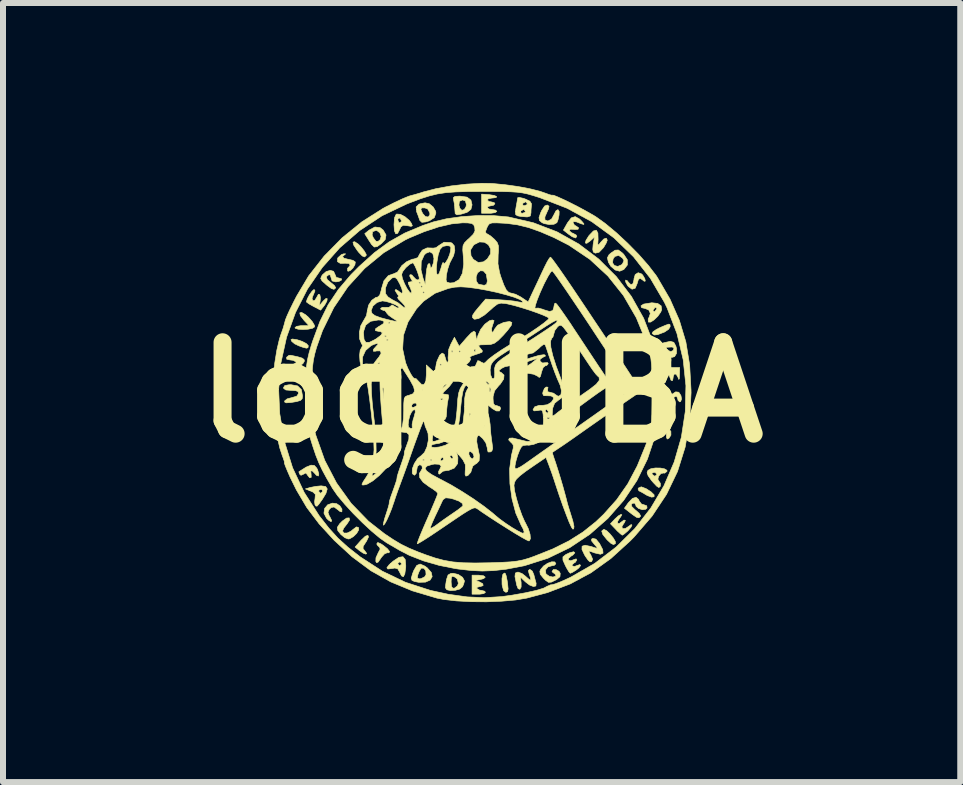
<source format=kicad_pcb>
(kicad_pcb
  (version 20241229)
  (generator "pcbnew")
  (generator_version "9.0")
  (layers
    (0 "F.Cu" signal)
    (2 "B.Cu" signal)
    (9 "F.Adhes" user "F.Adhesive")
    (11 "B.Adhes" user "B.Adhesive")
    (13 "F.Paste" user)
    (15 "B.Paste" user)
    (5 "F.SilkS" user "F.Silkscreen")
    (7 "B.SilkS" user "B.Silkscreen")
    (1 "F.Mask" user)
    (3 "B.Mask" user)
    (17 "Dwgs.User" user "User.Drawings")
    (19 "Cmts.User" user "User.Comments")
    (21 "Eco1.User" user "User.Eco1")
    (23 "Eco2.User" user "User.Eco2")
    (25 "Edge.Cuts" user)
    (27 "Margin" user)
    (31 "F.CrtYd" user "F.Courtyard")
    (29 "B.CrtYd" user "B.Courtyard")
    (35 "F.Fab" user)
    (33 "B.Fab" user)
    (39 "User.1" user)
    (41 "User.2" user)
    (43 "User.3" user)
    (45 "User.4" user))
  (footprint "logoUBA"
    (layer "F.Cu")
    (at 4.978 3.49)
    (property "Reference" "logoUBA" (at 0 0 0) (layer "F.SilkS") (effects (font (size 1.524 1.524) (thickness 0.3))))
    (attr through_hole)
    (fp_poly (pts (xy 3.117 0.61) (xy 3.155 0.65) (xy 3.156 0.713) (xy 3.124 0.764) (xy 3.094 0.779) (xy 3.081 0.748) (xy 3.08 0.7) (xy 3.09 0.629) (xy 3.117 0.61) (xy 3.117 0.61)) (stroke (width 0.01) (type solid)) (fill yes) (layer "F.SilkS"))
    (fp_poly (pts (xy -3.062 0.662) (xy -3.04 0.714) (xy -3.042 0.779) (xy -3.068 0.794) (xy -3.108 0.777) (xy -3.111 0.765) (xy -3.122 0.711) (xy -3.131 0.685) (xy -3.128 0.642) (xy -3.103 0.635) (xy -3.062 0.662)) (stroke (width 0.01) (type solid)) (fill yes) (layer "F.SilkS"))
    (fp_poly (pts (xy -2.055 -2.47) (xy -2.013 -2.428) (xy -1.955 -2.355) (xy -1.924 -2.3) (xy -1.923 -2.282) (xy -1.951 -2.257) (xy -1.989 -2.273) (xy -2.047 -2.333) (xy -2.073 -2.366) (xy -2.131 -2.453) (xy -2.144 -2.504) (xy -2.116 -2.511) (xy -2.055 -2.47)) (stroke (width 0.01) (type solid)) (fill yes) (layer "F.SilkS"))
    (fp_poly (pts (xy -3.075 -0.877) (xy -2.989 -0.848) (xy -2.92 -0.812) (xy -2.889 -0.778) (xy -2.889 -0.776) (xy -2.894 -0.744) (xy -2.919 -0.736) (xy -2.979 -0.751) (xy -3.046 -0.775) (xy -3.115 -0.808) (xy -3.163 -0.847) (xy -3.178 -0.878) (xy -3.154 -0.889) (xy -3.075 -0.877)) (stroke (width 0.01) (type solid)) (fill yes) (layer "F.SilkS"))
    (fp_poly (pts (xy 2.087 2.308) (xy 2.141 2.361) (xy 2.194 2.426) (xy 2.229 2.486) (xy 2.232 2.52) (xy 2.2 2.538) (xy 2.159 2.52) (xy 2.095 2.461) (xy 2.086 2.451) (xy 2.021 2.37) (xy 2.002 2.313) (xy 2.032 2.287) (xy 2.044 2.286) (xy 2.087 2.308)) (stroke (width 0.01) (type solid)) (fill yes) (layer "F.SilkS"))
    (fp_poly (pts (xy 2.743 1.606) (xy 2.825 1.659) (xy 2.876 1.709) (xy 2.875 1.741) (xy 2.833 1.747) (xy 2.762 1.72) (xy 2.746 1.711) (xy 2.674 1.668) (xy 2.625 1.643) (xy 2.622 1.641) (xy 2.608 1.611) (xy 2.615 1.595) (xy 2.661 1.575) (xy 2.743 1.606)) (stroke (width 0.01) (type solid)) (fill yes) (layer "F.SilkS"))
    (fp_poly (pts (xy -1.885 2.411) (xy -1.918 2.481) (xy -1.933 2.503) (xy -1.974 2.567) (xy -1.976 2.606) (xy -1.944 2.646) (xy -1.915 2.686) (xy -1.929 2.697) (xy -1.975 2.68) (xy -2.035 2.639) (xy -2.109 2.579) (xy -2.008 2.465) (xy -1.938 2.399) (xy -1.895 2.383) (xy -1.885 2.411)) (stroke (width 0.01) (type solid)) (fill yes) (layer "F.SilkS"))
    (fp_poly (pts (xy 0.396 3.021) (xy 0.41 3.059) (xy 0.426 3.139) (xy 0.433 3.185) (xy 0.442 3.277) (xy 0.433 3.322) (xy 0.405 3.334) (xy 0.405 3.334) (xy 0.368 3.308) (xy 0.345 3.227) (xy 0.341 3.199) (xy 0.34 3.104) (xy 0.353 3.037) (xy 0.379 3.012) (xy 0.396 3.021)) (stroke (width 0.01) (type solid)) (fill yes) (layer "F.SilkS"))
    (fp_poly (pts (xy 3.139 -1.133) (xy 3.143 -1.107) (xy 3.143 -1.094) (xy 3.117 -1.051) (xy 3.051 -1.006) (xy 3.033 -0.999) (xy 2.936 -0.962) (xy 2.879 -0.956) (xy 2.847 -0.977) (xy 2.843 -0.982) (xy 2.858 -1.011) (xy 2.918 -1.051) (xy 2.972 -1.078) (xy 3.068 -1.119) (xy 3.119 -1.137) (xy 3.139 -1.133)) (stroke (width 0.01) (type solid)) (fill yes) (layer "F.SilkS"))
    (fp_poly (pts (xy -2.935 -1.294) (xy -2.888 -1.253) (xy -2.822 -1.178) (xy -2.786 -1.116) (xy -2.784 -1.091) (xy -2.82 -1.067) (xy -2.893 -1.052) (xy -2.979 -1.047) (xy -3.058 -1.052) (xy -3.106 -1.068) (xy -3.111 -1.079) (xy -3.083 -1.1) (xy -3.014 -1.111) (xy -2.994 -1.111) (xy -2.877 -1.111) (xy -2.959 -1.199) (xy -3.02 -1.278) (xy -3.031 -1.325) (xy -3 -1.332) (xy -2.935 -1.294)) (stroke (width 0.01) (type solid)) (fill yes) (layer "F.SilkS"))
    (fp_poly (pts (xy -2.416 1.856) (xy -2.363 1.892) (xy -2.328 1.945) (xy -2.329 1.989) (xy -2.331 1.993) (xy -2.362 1.985) (xy -2.398 1.956) (xy -2.459 1.911) (xy -2.507 1.92) (xy -2.54 1.952) (xy -2.561 1.999) (xy -2.541 2.056) (xy -2.527 2.079) (xy -2.498 2.139) (xy -2.509 2.157) (xy -2.553 2.13) (xy -2.586 2.097) (xy -2.628 2.015) (xy -2.617 1.936) (xy -2.566 1.875) (xy -2.486 1.847) (xy -2.416 1.856)) (stroke (width 0.01) (type solid)) (fill yes) (layer "F.SilkS"))
    (fp_poly (pts (xy -1.681 2.524) (xy -1.642 2.549) (xy -1.57 2.607) (xy -1.535 2.652) (xy -1.543 2.675) (xy -1.573 2.674) (xy -1.618 2.692) (xy -1.67 2.75) (xy -1.681 2.767) (xy -1.724 2.829) (xy -1.75 2.84) (xy -1.763 2.819) (xy -1.761 2.758) (xy -1.727 2.683) (xy -1.726 2.68) (xy -1.691 2.614) (xy -1.7 2.583) (xy -1.707 2.579) (xy -1.743 2.541) (xy -1.746 2.522) (xy -1.731 2.503) (xy -1.681 2.524)) (stroke (width 0.01) (type solid)) (fill yes) (layer "F.SilkS"))
    (fp_poly (pts (xy -2.788 1.219) (xy -2.748 1.263) (xy -2.734 1.29) (xy -2.713 1.361) (xy -2.721 1.395) (xy -2.754 1.383) (xy -2.776 1.357) (xy -2.823 1.309) (xy -2.848 1.312) (xy -2.842 1.365) (xy -2.842 1.365) (xy -2.84 1.417) (xy -2.866 1.425) (xy -2.899 1.385) (xy -2.902 1.378) (xy -2.929 1.344) (xy -2.966 1.363) (xy -3.011 1.383) (xy -3.032 1.365) (xy -3.046 1.327) (xy -3.043 1.322) (xy -2.925 1.247) (xy -2.843 1.214) (xy -2.788 1.219)) (stroke (width 0.01) (type solid)) (fill yes) (layer "F.SilkS"))
    (fp_poly (pts (xy 0.033 3.058) (xy 0.061 3.081) (xy 0.033 3.106) (xy -0.024 3.121) (xy -0.082 3.132) (xy -0.082 3.143) (xy -0.04 3.158) (xy 0.02 3.191) (xy 0.025 3.222) (xy -0.023 3.238) (xy -0.034 3.239) (xy -0.078 3.251) (xy -0.079 3.27) (xy -0.035 3.297) (xy 0.002 3.302) (xy 0.052 3.316) (xy 0.064 3.334) (xy 0.036 3.355) (xy -0.033 3.365) (xy -0.048 3.365) (xy -0.159 3.365) (xy -0.159 3.048) (xy -0.048 3.048) (xy 0.033 3.058)) (stroke (width 0.01) (type solid)) (fill yes) (layer "F.SilkS"))
    (fp_poly (pts (xy 2.668 -1.973) (xy 2.687 -1.952) (xy 2.721 -1.894) (xy 2.729 -1.855) (xy 2.711 -1.851) (xy 2.692 -1.867) (xy 2.644 -1.901) (xy 2.614 -1.882) (xy 2.592 -1.81) (xy 2.56 -1.735) (xy 2.508 -1.719) (xy 2.447 -1.763) (xy 2.431 -1.784) (xy 2.401 -1.841) (xy 2.4 -1.871) (xy 2.427 -1.862) (xy 2.449 -1.833) (xy 2.489 -1.794) (xy 2.523 -1.811) (xy 2.54 -1.877) (xy 2.54 -1.892) (xy 2.561 -1.964) (xy 2.61 -1.994) (xy 2.668 -1.973)) (stroke (width 0.01) (type solid)) (fill yes) (layer "F.SilkS"))
    (fp_poly (pts (xy 3.299 -0.294) (xy 3.295 -0.225) (xy 3.287 -0.215) (xy 3.275 -0.248) (xy 3.244 -0.302) (xy 3.211 -0.305) (xy 3.193 -0.258) (xy 3.193 -0.246) (xy 3.184 -0.197) (xy 3.159 -0.199) (xy 3.138 -0.251) (xy 3.138 -0.255) (xy 3.116 -0.305) (xy 3.088 -0.304) (xy 3.072 -0.259) (xy 3.073 -0.23) (xy 3.068 -0.175) (xy 3.049 -0.159) (xy 3.029 -0.187) (xy 3.017 -0.257) (xy 3.016 -0.286) (xy 3.016 -0.413) (xy 3.302 -0.413) (xy 3.299 -0.294)) (stroke (width 0.01) (type solid)) (fill yes) (layer "F.SilkS"))
    (fp_poly (pts (xy -3.067 -0.107) (xy -3.004 -0.045) (xy -2.985 0.062) (xy -2.991 0.107) (xy -3.019 0.135) (xy -3.083 0.154) (xy -3.181 0.17) (xy -3.258 0.175) (xy -3.284 0.161) (xy -3.282 0.142) (xy -3.241 0.109) (xy -3.167 0.089) (xy -3.165 0.089) (xy -3.082 0.064) (xy -3.054 0.024) (xy -3.058 -0.012) (xy -3.1 -0.028) (xy -3.173 -0.032) (xy -3.262 -0.039) (xy -3.299 -0.065) (xy -3.302 -0.079) (xy -3.281 -0.113) (xy -3.211 -0.126) (xy -3.176 -0.127) (xy -3.067 -0.107)) (stroke (width 0.01) (type solid)) (fill yes) (layer "F.SilkS"))
    (fp_poly (pts (xy -2.201 2.129) (xy -2.244 2.195) (xy -2.251 2.203) (xy -2.299 2.265) (xy -2.318 2.312) (xy -2.295 2.345) (xy -2.241 2.345) (xy -2.177 2.315) (xy -2.142 2.285) (xy -2.086 2.243) (xy -2.052 2.253) (xy -2.049 2.294) (xy -2.083 2.352) (xy -2.139 2.406) (xy -2.199 2.441) (xy -2.223 2.445) (xy -2.28 2.423) (xy -2.344 2.371) (xy -2.397 2.305) (xy -2.405 2.251) (xy -2.366 2.191) (xy -2.321 2.146) (xy -2.251 2.096) (xy -2.207 2.093) (xy -2.201 2.129)) (stroke (width 0.01) (type solid)) (fill yes) (layer "F.SilkS"))
    (fp_poly (pts (xy 3.068 -0.003) (xy 3.076 0.026) (xy 3.096 0.1) (xy 3.172 0.034) (xy 3.235 -0.008) (xy 3.281 -0.003) (xy 3.291 0.004) (xy 3.323 0.054) (xy 3.333 0.112) (xy 3.318 0.153) (xy 3.302 0.159) (xy 3.274 0.133) (xy 3.27 0.111) (xy 3.253 0.069) (xy 3.238 0.064) (xy 3.199 0.089) (xy 3.186 0.111) (xy 3.143 0.151) (xy 3.107 0.159) (xy 3.048 0.137) (xy 3.028 0.111) (xy 3.024 0.042) (xy 3.033 0.008) (xy 3.053 -0.025) (xy 3.068 -0.003)) (stroke (width 0.01) (type solid)) (fill yes) (layer "F.SilkS"))
    (fp_poly (pts (xy -2.266 -2.308) (xy -2.278 -2.299) (xy -2.317 -2.266) (xy -2.297 -2.237) (xy -2.226 -2.218) (xy -2.217 -2.217) (xy -2.144 -2.2) (xy -2.105 -2.173) (xy -2.105 -2.172) (xy -2.112 -2.126) (xy -2.145 -2.072) (xy -2.189 -2.03) (xy -2.225 -2.018) (xy -2.234 -2.025) (xy -2.234 -2.069) (xy -2.223 -2.079) (xy -2.19 -2.119) (xy -2.21 -2.148) (xy -2.268 -2.152) (xy -2.356 -2.15) (xy -2.403 -2.179) (xy -2.4 -2.234) (xy -2.394 -2.245) (xy -2.337 -2.296) (xy -2.298 -2.309) (xy -2.266 -2.308)) (stroke (width 0.01) (type solid)) (fill yes) (layer "F.SilkS"))
    (fp_poly (pts (xy -1.693 -2.746) (xy -1.64 -2.704) (xy -1.593 -2.623) (xy -1.607 -2.546) (xy -1.671 -2.479) (xy -1.741 -2.429) (xy -1.789 -2.422) (xy -1.832 -2.462) (xy -1.876 -2.529) (xy -1.934 -2.622) (xy -1.825 -2.622) (xy -1.803 -2.573) (xy -1.761 -2.518) (xy -1.724 -2.517) (xy -1.691 -2.545) (xy -1.674 -2.599) (xy -1.696 -2.659) (xy -1.744 -2.696) (xy -1.761 -2.699) (xy -1.817 -2.678) (xy -1.825 -2.622) (xy -1.934 -2.622) (xy -1.948 -2.645) (xy -1.875 -2.704) (xy -1.778 -2.756) (xy -1.693 -2.746)) (stroke (width 0.01) (type solid)) (fill yes) (layer "F.SilkS"))
    (fp_poly (pts (xy 0.127 -3.295) (xy 0.21 -3.282) (xy 0.25 -3.264) (xy 0.243 -3.247) (xy 0.182 -3.239) (xy 0.175 -3.239) (xy 0.115 -3.228) (xy 0.095 -3.207) (xy 0.122 -3.181) (xy 0.159 -3.175) (xy 0.21 -3.162) (xy 0.222 -3.143) (xy 0.196 -3.117) (xy 0.159 -3.111) (xy 0.107 -3.098) (xy 0.095 -3.08) (xy 0.122 -3.056) (xy 0.175 -3.048) (xy 0.234 -3.037) (xy 0.254 -3.016) (xy 0.226 -2.996) (xy 0.155 -2.985) (xy 0.127 -2.985) (xy 0 -2.985) (xy 0 -3.304) (xy 0.127 -3.295)) (stroke (width 0.01) (type solid)) (fill yes) (layer "F.SilkS"))
    (fp_poly (pts (xy 1.097 -3.122) (xy 1.124 -3.102) (xy 1.116 -3.059) (xy 1.095 -3.015) (xy 1.055 -2.924) (xy 1.056 -2.875) (xy 1.097 -2.858) (xy 1.108 -2.857) (xy 1.166 -2.888) (xy 1.202 -2.953) (xy 1.239 -3.025) (xy 1.273 -3.046) (xy 1.293 -3.015) (xy 1.291 -2.955) (xy 1.274 -2.876) (xy 1.255 -2.828) (xy 1.207 -2.802) (xy 1.127 -2.797) (xy 1.043 -2.813) (xy 1.008 -2.828) (xy 0.965 -2.864) (xy 0.957 -2.912) (xy 0.983 -2.989) (xy 1.003 -3.033) (xy 1.051 -3.106) (xy 1.096 -3.123) (xy 1.097 -3.122)) (stroke (width 0.01) (type solid)) (fill yes) (layer "F.SilkS"))
    (fp_poly (pts (xy -1.273 2.787) (xy -1.264 2.89) (xy -1.265 2.921) (xy -1.28 3.027) (xy -1.304 3.074) (xy -1.335 3.06) (xy -1.366 2.998) (xy -1.398 2.942) (xy -1.446 2.929) (xy -1.492 2.937) (xy -1.563 2.945) (xy -1.579 2.924) (xy -1.541 2.874) (xy -1.522 2.857) (xy -1.397 2.857) (xy -1.373 2.888) (xy -1.365 2.889) (xy -1.334 2.865) (xy -1.333 2.857) (xy -1.358 2.827) (xy -1.365 2.826) (xy -1.396 2.85) (xy -1.397 2.857) (xy -1.522 2.857) (xy -1.475 2.815) (xy -1.378 2.75) (xy -1.311 2.74) (xy -1.273 2.787)) (stroke (width 0.01) (type solid)) (fill yes) (layer "F.SilkS"))
    (fp_poly (pts (xy -0.243 -3.254) (xy -0.178 -3.205) (xy -0.159 -3.125) (xy -0.178 -3.05) (xy -0.243 -3) (xy -0.341 -2.97) (xy -0.411 -2.959) (xy -0.44 -2.978) (xy -0.445 -3.038) (xy -0.451 -3.12) (xy -0.378 -3.12) (xy -0.362 -3.068) (xy -0.329 -3.034) (xy -0.288 -3.047) (xy -0.259 -3.096) (xy -0.254 -3.131) (xy -0.27 -3.191) (xy -0.318 -3.207) (xy -0.37 -3.185) (xy -0.378 -3.12) (xy -0.451 -3.12) (xy -0.452 -3.133) (xy -0.465 -3.199) (xy -0.471 -3.245) (xy -0.445 -3.265) (xy -0.374 -3.27) (xy -0.359 -3.27) (xy -0.243 -3.254)) (stroke (width 0.01) (type solid)) (fill yes) (layer "F.SilkS"))
    (fp_poly (pts (xy 0.845 2.98) (xy 0.871 3.04) (xy 0.893 3.126) (xy 0.909 3.183) (xy 0.905 3.228) (xy 0.864 3.237) (xy 0.799 3.212) (xy 0.729 3.158) (xy 0.646 3.078) (xy 0.659 3.17) (xy 0.659 3.246) (xy 0.638 3.283) (xy 0.609 3.273) (xy 0.586 3.216) (xy 0.568 3.129) (xy 0.556 3.07) (xy 0.563 3.012) (xy 0.606 2.996) (xy 0.673 3.02) (xy 0.732 3.066) (xy 0.796 3.123) (xy 0.821 3.13) (xy 0.813 3.086) (xy 0.795 3.034) (xy 0.779 2.974) (xy 0.798 2.953) (xy 0.807 2.953) (xy 0.845 2.98)) (stroke (width 0.01) (type solid)) (fill yes) (layer "F.SilkS"))
    (fp_poly (pts (xy 1.634 -2.888) (xy 1.673 -2.849) (xy 1.705 -2.81) (xy 1.704 -2.798) (xy 1.66 -2.81) (xy 1.58 -2.842) (xy 1.533 -2.846) (xy 1.524 -2.828) (xy 1.549 -2.786) (xy 1.572 -2.774) (xy 1.617 -2.743) (xy 1.608 -2.718) (xy 1.554 -2.714) (xy 1.54 -2.717) (xy 1.477 -2.719) (xy 1.462 -2.694) (xy 1.5 -2.66) (xy 1.524 -2.651) (xy 1.575 -2.623) (xy 1.587 -2.601) (xy 1.568 -2.573) (xy 1.51 -2.594) (xy 1.448 -2.638) (xy 1.364 -2.704) (xy 1.432 -2.825) (xy 1.495 -2.908) (xy 1.561 -2.929) (xy 1.634 -2.888)) (stroke (width 0.01) (type solid)) (fill yes) (layer "F.SilkS"))
    (fp_poly (pts (xy -2.599 1.57) (xy -2.573 1.61) (xy -2.595 1.685) (xy -2.655 1.784) (xy -2.711 1.862) (xy -2.742 1.897) (xy -2.761 1.896) (xy -2.777 1.875) (xy -2.784 1.824) (xy -2.776 1.764) (xy -2.771 1.702) (xy -2.808 1.664) (xy -2.846 1.647) (xy -2.878 1.634) (xy -2.717 1.634) (xy -2.715 1.651) (xy -2.687 1.681) (xy -2.683 1.683) (xy -2.658 1.661) (xy -2.651 1.651) (xy -2.659 1.624) (xy -2.683 1.619) (xy -2.717 1.634) (xy -2.878 1.634) (xy -2.937 1.61) (xy -2.857 1.586) (xy -2.766 1.568) (xy -2.675 1.559) (xy -2.599 1.57)) (stroke (width 0.01) (type solid)) (fill yes) (layer "F.SilkS"))
    (fp_poly (pts (xy -1.354 -2.967) (xy -1.276 -2.926) (xy -1.204 -2.865) (xy -1.171 -2.818) (xy -1.154 -2.777) (xy -1.175 -2.767) (xy -1.235 -2.777) (xy -1.307 -2.785) (xy -1.345 -2.758) (xy -1.364 -2.717) (xy -1.4 -2.649) (xy -1.431 -2.642) (xy -1.453 -2.692) (xy -1.46 -2.795) (xy -1.454 -2.875) (xy -1.397 -2.875) (xy -1.38 -2.832) (xy -1.365 -2.826) (xy -1.334 -2.849) (xy -1.333 -2.856) (xy -1.357 -2.899) (xy -1.365 -2.905) (xy -1.392 -2.898) (xy -1.397 -2.875) (xy -1.454 -2.875) (xy -1.452 -2.909) (xy -1.425 -2.966) (xy -1.415 -2.972) (xy -1.354 -2.967)) (stroke (width 0.01) (type solid)) (fill yes) (layer "F.SilkS"))
    (fp_poly (pts (xy -0.949 2.895) (xy -0.909 2.923) (xy -0.839 3.002) (xy -0.824 3.073) (xy -0.859 3.13) (xy -0.936 3.164) (xy -1.048 3.167) (xy -1.119 3.153) (xy -1.161 3.134) (xy -1.171 3.096) (xy -1.071 3.096) (xy -1.04 3.109) (xy -1.011 3.106) (xy -0.948 3.075) (xy -0.926 3.037) (xy -0.931 2.974) (xy -0.962 2.933) (xy -1.002 2.93) (xy -1.012 2.938) (xy -1.043 2.991) (xy -1.063 3.043) (xy -1.071 3.096) (xy -1.171 3.096) (xy -1.171 3.095) (xy -1.151 3.023) (xy -1.129 2.968) (xy -1.081 2.886) (xy -1.025 2.862) (xy -0.949 2.895)) (stroke (width 0.01) (type solid)) (fill yes) (layer "F.SilkS"))
    (fp_poly (pts (xy 1.906 2.447) (xy 1.966 2.52) (xy 1.967 2.522) (xy 2.019 2.622) (xy 2.024 2.681) (xy 1.981 2.699) (xy 1.888 2.678) (xy 1.855 2.666) (xy 1.796 2.646) (xy 1.789 2.659) (xy 1.82 2.71) (xy 1.851 2.782) (xy 1.834 2.821) (xy 1.808 2.826) (xy 1.778 2.801) (xy 1.734 2.739) (xy 1.717 2.712) (xy 1.673 2.619) (xy 1.675 2.565) (xy 1.725 2.549) (xy 1.826 2.57) (xy 1.894 2.593) (xy 1.927 2.6) (xy 1.918 2.577) (xy 1.879 2.533) (xy 1.834 2.477) (xy 1.833 2.447) (xy 1.854 2.435) (xy 1.906 2.447)) (stroke (width 0.01) (type solid)) (fill yes) (layer "F.SilkS"))
    (fp_poly (pts (xy 1.939 -2.654) (xy 1.942 -2.549) (xy 1.942 -2.547) (xy 1.937 -2.472) (xy 1.945 -2.453) (xy 1.971 -2.482) (xy 1.984 -2.5) (xy 2.037 -2.556) (xy 2.079 -2.57) (xy 2.095 -2.537) (xy 2.078 -2.49) (xy 2.037 -2.42) (xy 2.03 -2.41) (xy 1.958 -2.335) (xy 1.895 -2.32) (xy 1.862 -2.339) (xy 1.853 -2.382) (xy 1.859 -2.459) (xy 1.861 -2.474) (xy 1.882 -2.588) (xy 1.814 -2.527) (xy 1.754 -2.484) (xy 1.729 -2.489) (xy 1.74 -2.533) (xy 1.789 -2.611) (xy 1.796 -2.619) (xy 1.864 -2.69) (xy 1.913 -2.702) (xy 1.939 -2.654)) (stroke (width 0.01) (type solid)) (fill yes) (layer "F.SilkS"))
    (fp_poly (pts (xy 2.617 1.785) (xy 2.626 1.81) (xy 2.665 1.862) (xy 2.702 1.873) (xy 2.753 1.891) (xy 2.758 1.928) (xy 2.736 1.949) (xy 2.681 1.957) (xy 2.617 1.936) (xy 2.575 1.9) (xy 2.572 1.885) (xy 2.552 1.846) (xy 2.511 1.851) (xy 2.494 1.871) (xy 2.505 1.906) (xy 2.556 1.956) (xy 2.572 1.968) (xy 2.629 2.02) (xy 2.651 2.06) (xy 2.65 2.066) (xy 2.623 2.091) (xy 2.584 2.084) (xy 2.518 2.039) (xy 2.484 2.013) (xy 2.381 1.932) (xy 2.447 1.839) (xy 2.515 1.768) (xy 2.575 1.75) (xy 2.617 1.785)) (stroke (width 0.01) (type solid)) (fill yes) (layer "F.SilkS"))
    (fp_poly (pts (xy -3.061 -0.592) (xy -2.992 -0.571) (xy -2.96 -0.548) (xy -2.953 -0.522) (xy -2.979 -0.478) (xy -3.044 -0.434) (xy -3.056 -0.429) (xy -3.159 -0.384) (xy -3.056 -0.363) (xy -2.992 -0.341) (xy -2.97 -0.317) (xy -2.971 -0.314) (xy -3.016 -0.294) (xy -3.1 -0.291) (xy -3.204 -0.305) (xy -3.237 -0.314) (xy -3.314 -0.335) (xy -3.239 -0.406) (xy -3.173 -0.455) (xy -3.12 -0.476) (xy -3.12 -0.476) (xy -3.092 -0.493) (xy -3.096 -0.508) (xy -3.139 -0.533) (xy -3.192 -0.54) (xy -3.248 -0.552) (xy -3.251 -0.584) (xy -3.211 -0.617) (xy -3.181 -0.618) (xy -3.061 -0.592)) (stroke (width 0.01) (type solid)) (fill yes) (layer "F.SilkS"))
    (fp_poly (pts (xy -2.777 -1.693) (xy -2.793 -1.653) (xy -2.82 -1.589) (xy -2.826 -1.558) (xy -2.81 -1.525) (xy -2.778 -1.536) (xy -2.748 -1.584) (xy -2.746 -1.588) (xy -2.72 -1.635) (xy -2.697 -1.629) (xy -2.686 -1.578) (xy -2.69 -1.533) (xy -2.704 -1.445) (xy -2.638 -1.524) (xy -2.593 -1.566) (xy -2.573 -1.561) (xy -2.579 -1.521) (xy -2.613 -1.459) (xy -2.628 -1.439) (xy -2.683 -1.37) (xy -2.802 -1.432) (xy -2.875 -1.473) (xy -2.917 -1.504) (xy -2.921 -1.51) (xy -2.905 -1.56) (xy -2.869 -1.627) (xy -2.826 -1.686) (xy -2.794 -1.714) (xy -2.792 -1.714) (xy -2.777 -1.693)) (stroke (width 0.01) (type solid)) (fill yes) (layer "F.SilkS"))
    (fp_poly (pts (xy -2.468 -2.018) (xy -2.445 -1.969) (xy -2.445 -1.968) (xy -2.423 -1.916) (xy -2.379 -1.905) (xy -2.335 -1.893) (xy -2.334 -1.873) (xy -2.377 -1.849) (xy -2.431 -1.841) (xy -2.492 -1.857) (xy -2.508 -1.908) (xy -2.523 -1.955) (xy -2.546 -1.961) (xy -2.589 -1.928) (xy -2.573 -1.879) (xy -2.51 -1.827) (xy -2.453 -1.78) (xy -2.432 -1.743) (xy -2.433 -1.74) (xy -2.46 -1.717) (xy -2.503 -1.73) (xy -2.575 -1.782) (xy -2.598 -1.802) (xy -2.661 -1.859) (xy -2.682 -1.898) (xy -2.666 -1.939) (xy -2.651 -1.961) (xy -2.591 -2.013) (xy -2.523 -2.033) (xy -2.468 -2.018)) (stroke (width 0.01) (type solid)) (fill yes) (layer "F.SilkS"))
    (fp_poly (pts (xy -0.873 -3.144) (xy -0.807 -3.09) (xy -0.766 -3.018) (xy -0.762 -2.988) (xy -0.788 -2.913) (xy -0.869 -2.86) (xy -0.929 -2.841) (xy -0.996 -2.834) (xy -1.029 -2.865) (xy -1.034 -2.878) (xy -1.061 -2.955) (xy -1.084 -3.013) (xy -1.087 -3.046) (xy -1.012 -3.046) (xy -0.983 -2.982) (xy -0.937 -2.93) (xy -0.89 -2.923) (xy -0.863 -2.959) (xy -0.863 -2.992) (xy -0.899 -3.057) (xy -0.945 -3.074) (xy -1.001 -3.075) (xy -1.012 -3.046) (xy -1.087 -3.046) (xy -1.091 -3.09) (xy -1.044 -3.137) (xy -1.016 -3.145) (xy -0.975 -3.153) (xy -0.942 -3.159) (xy -0.873 -3.144)) (stroke (width 0.01) (type solid)) (fill yes) (layer "F.SilkS"))
    (fp_poly (pts (xy 1.555 2.675) (xy 1.521 2.713) (xy 1.491 2.731) (xy 1.448 2.769) (xy 1.446 2.796) (xy 1.487 2.808) (xy 1.526 2.793) (xy 1.576 2.776) (xy 1.587 2.794) (xy 1.562 2.834) (xy 1.54 2.846) (xy 1.508 2.876) (xy 1.51 2.893) (xy 1.549 2.903) (xy 1.589 2.888) (xy 1.639 2.871) (xy 1.649 2.889) (xy 1.621 2.927) (xy 1.573 2.965) (xy 1.512 3.002) (xy 1.478 3.016) (xy 1.455 2.991) (xy 1.416 2.926) (xy 1.395 2.885) (xy 1.356 2.797) (xy 1.356 2.743) (xy 1.404 2.704) (xy 1.468 2.674) (xy 1.535 2.657) (xy 1.555 2.675)) (stroke (width 0.01) (type solid)) (fill yes) (layer "F.SilkS"))
    (fp_poly (pts (xy 2.34 -2.329) (xy 2.369 -2.301) (xy 2.429 -2.21) (xy 2.43 -2.123) (xy 2.373 -2.05) (xy 2.365 -2.045) (xy 2.302 -2.019) (xy 2.233 -2.037) (xy 2.223 -2.042) (xy 2.154 -2.101) (xy 2.119 -2.16) (xy 2.182 -2.16) (xy 2.214 -2.114) (xy 2.27 -2.099) (xy 2.333 -2.126) (xy 2.349 -2.143) (xy 2.373 -2.194) (xy 2.349 -2.238) (xy 2.285 -2.282) (xy 2.223 -2.266) (xy 2.193 -2.227) (xy 2.182 -2.16) (xy 2.119 -2.16) (xy 2.113 -2.171) (xy 2.097 -2.243) (xy 2.124 -2.294) (xy 2.155 -2.321) (xy 2.225 -2.369) (xy 2.279 -2.373) (xy 2.34 -2.329)) (stroke (width 0.01) (type solid)) (fill yes) (layer "F.SilkS"))
    (fp_poly (pts (xy 3.204 -0.834) (xy 3.238 -0.771) (xy 3.25 -0.726) (xy 3.249 -0.649) (xy 3.217 -0.595) (xy 3.167 -0.581) (xy 3.134 -0.598) (xy 3.073 -0.613) (xy 3.047 -0.602) (xy 2.982 -0.574) (xy 2.954 -0.59) (xy 2.953 -0.598) (xy 2.974 -0.637) (xy 3.018 -0.684) (xy 3.07 -0.722) (xy 3.102 -0.713) (xy 3.11 -0.701) (xy 3.151 -0.677) (xy 3.193 -0.698) (xy 3.207 -0.736) (xy 3.178 -0.756) (xy 3.096 -0.752) (xy 3.082 -0.75) (xy 2.986 -0.744) (xy 2.942 -0.759) (xy 2.955 -0.788) (xy 3.028 -0.823) (xy 3.048 -0.829) (xy 3.146 -0.85) (xy 3.204 -0.834)) (stroke (width 0.01) (type solid)) (fill yes) (layer "F.SilkS"))
    (fp_poly (pts (xy -0.389 3.036) (xy -0.318 3.083) (xy -0.286 3.142) (xy -0.286 3.148) (xy -0.3 3.199) (xy -0.319 3.241) (xy -0.364 3.279) (xy -0.438 3.3) (xy -0.517 3.305) (xy -0.579 3.291) (xy -0.603 3.258) (xy -0.597 3.197) (xy -0.591 3.16) (xy -0.508 3.16) (xy -0.502 3.237) (xy -0.479 3.265) (xy -0.452 3.264) (xy -0.404 3.228) (xy -0.387 3.185) (xy -0.405 3.112) (xy -0.443 3.081) (xy -0.486 3.064) (xy -0.504 3.083) (xy -0.508 3.153) (xy -0.508 3.16) (xy -0.591 3.16) (xy -0.583 3.115) (xy -0.559 3.045) (xy -0.513 3.019) (xy -0.475 3.016) (xy -0.389 3.036)) (stroke (width 0.01) (type solid)) (fill yes) (layer "F.SilkS"))
    (fp_poly (pts (xy 2.338 2.041) (xy 2.316 2.079) (xy 2.302 2.096) (xy 2.269 2.149) (xy 2.269 2.185) (xy 2.298 2.186) (xy 2.325 2.165) (xy 2.374 2.129) (xy 2.397 2.136) (xy 2.378 2.177) (xy 2.368 2.188) (xy 2.337 2.243) (xy 2.353 2.273) (xy 2.4 2.268) (xy 2.447 2.237) (xy 2.493 2.204) (xy 2.507 2.212) (xy 2.49 2.249) (xy 2.443 2.304) (xy 2.435 2.312) (xy 2.379 2.36) (xy 2.346 2.381) (xy 2.345 2.381) (xy 2.316 2.36) (xy 2.26 2.309) (xy 2.239 2.286) (xy 2.148 2.191) (xy 2.222 2.112) (xy 2.28 2.059) (xy 2.323 2.035) (xy 2.338 2.041)) (stroke (width 0.01) (type solid)) (fill yes) (layer "F.SilkS"))
    (fp_poly (pts (xy 2.935 -1.482) (xy 2.993 -1.442) (xy 3.002 -1.378) (xy 2.987 -1.339) (xy 2.937 -1.268) (xy 2.875 -1.208) (xy 2.818 -1.171) (xy 2.781 -1.171) (xy 2.779 -1.174) (xy 2.777 -1.226) (xy 2.792 -1.251) (xy 2.813 -1.315) (xy 2.792 -1.362) (xy 2.857 -1.362) (xy 2.877 -1.344) (xy 2.889 -1.349) (xy 2.92 -1.391) (xy 2.921 -1.401) (xy 2.901 -1.418) (xy 2.889 -1.413) (xy 2.859 -1.371) (xy 2.857 -1.362) (xy 2.792 -1.362) (xy 2.787 -1.372) (xy 2.729 -1.397) (xy 2.668 -1.411) (xy 2.656 -1.441) (xy 2.699 -1.47) (xy 2.707 -1.472) (xy 2.837 -1.493) (xy 2.935 -1.482)) (stroke (width 0.01) (type solid)) (fill yes) (layer "F.SilkS"))
    (fp_poly (pts (xy 1.22 2.827) (xy 1.238 2.857) (xy 1.212 2.884) (xy 1.179 2.889) (xy 1.106 2.91) (xy 1.065 2.96) (xy 1.071 3.02) (xy 1.079 3.032) (xy 1.13 3.067) (xy 1.19 3.079) (xy 1.232 3.065) (xy 1.238 3.048) (xy 1.214 3.017) (xy 1.206 3.016) (xy 1.176 2.992) (xy 1.175 2.985) (xy 1.196 2.954) (xy 1.243 2.956) (xy 1.29 2.983) (xy 1.311 3.017) (xy 1.306 3.074) (xy 1.25 3.121) (xy 1.237 3.128) (xy 1.162 3.164) (xy 1.114 3.167) (xy 1.066 3.133) (xy 1.029 3.096) (xy 0.978 3.033) (xy 0.971 2.983) (xy 0.984 2.954) (xy 1.033 2.895) (xy 1.1 2.85) (xy 1.168 2.825) (xy 1.22 2.827)) (stroke (width 0.01) (type solid)) (fill yes) (layer "F.SilkS"))
    (fp_poly (pts (xy 2.98 1.262) (xy 3.051 1.276) (xy 3.09 1.3) (xy 3.091 1.317) (xy 3.053 1.347) (xy 3.032 1.345) (xy 2.989 1.354) (xy 2.952 1.397) (xy 2.938 1.448) (xy 2.953 1.476) (xy 2.98 1.516) (xy 2.981 1.564) (xy 2.956 1.587) (xy 2.955 1.587) (xy 2.92 1.565) (xy 2.864 1.506) (xy 2.831 1.468) (xy 2.775 1.388) (xy 2.763 1.349) (xy 2.839 1.349) (xy 2.842 1.365) (xy 2.882 1.396) (xy 2.891 1.397) (xy 2.92 1.373) (xy 2.921 1.365) (xy 2.895 1.337) (xy 2.872 1.333) (xy 2.839 1.349) (xy 2.763 1.349) (xy 2.759 1.336) (xy 2.773 1.301) (xy 2.821 1.274) (xy 2.897 1.261) (xy 2.98 1.262)) (stroke (width 0.01) (type solid)) (fill yes) (layer "F.SilkS"))
    (fp_poly (pts (xy 0.695 -3.234) (xy 0.722 -3.225) (xy 0.804 -3.187) (xy 0.832 -3.143) (xy 0.831 -3.123) (xy 0.824 -3.041) (xy 0.823 -2.992) (xy 0.812 -2.94) (xy 0.764 -2.924) (xy 0.738 -2.925) (xy 0.653 -2.932) (xy 0.6 -2.942) (xy 0.569 -2.962) (xy 0.563 -3.01) (xy 0.564 -3.016) (xy 0.651 -3.016) (xy 0.658 -2.989) (xy 0.681 -2.985) (xy 0.724 -3.001) (xy 0.73 -3.016) (xy 0.707 -3.047) (xy 0.7 -3.048) (xy 0.657 -3.025) (xy 0.651 -3.016) (xy 0.564 -3.016) (xy 0.575 -3.089) (xy 0.585 -3.143) (xy 0.683 -3.143) (xy 0.69 -3.116) (xy 0.713 -3.111) (xy 0.756 -3.128) (xy 0.762 -3.143) (xy 0.739 -3.174) (xy 0.732 -3.175) (xy 0.689 -3.152) (xy 0.683 -3.143) (xy 0.585 -3.143) (xy 0.591 -3.176) (xy 0.601 -3.235) (xy 0.602 -3.245) (xy 0.629 -3.249) (xy 0.695 -3.234)) (stroke (width 0.01) (type solid)) (fill yes) (layer "F.SilkS"))
    (fp_poly (pts (xy 0.174 -3.482) (xy 0.391 -3.461) (xy 0.607 -3.431) (xy 0.807 -3.393) (xy 0.973 -3.351) (xy 1.063 -3.32) (xy 1.134 -3.294) (xy 1.173 -3.285) (xy 1.175 -3.287) (xy 1.201 -3.285) (xy 1.27 -3.257) (xy 1.372 -3.211) (xy 1.495 -3.151) (xy 1.626 -3.084) (xy 1.754 -3.014) (xy 1.868 -2.949) (xy 1.9 -2.93) (xy 2.062 -2.814) (xy 2.246 -2.661) (xy 2.436 -2.484) (xy 2.62 -2.297) (xy 2.782 -2.113) (xy 2.909 -1.948) (xy 2.931 -1.914) (xy 3.141 -1.553) (xy 3.297 -1.199) (xy 3.405 -0.84) (xy 3.468 -0.458) (xy 3.491 -0.041) (xy 3.492 0.008) (xy 3.468 0.479) (xy 3.393 0.914) (xy 3.266 1.319) (xy 3.083 1.7) (xy 2.842 2.063) (xy 2.541 2.412) (xy 2.477 2.477) (xy 2.155 2.77) (xy 1.826 3.006) (xy 1.479 3.193) (xy 1.099 3.338) (xy 0.754 3.43) (xy 0.563 3.462) (xy 0.333 3.482) (xy 0.08 3.492) (xy -0.176 3.49) (xy -0.418 3.477) (xy -0.629 3.453) (xy -0.746 3.43) (xy -1.154 3.309) (xy -1.516 3.159) (xy -1.847 2.973) (xy -2.159 2.741) (xy -2.458 2.466) (xy -2.708 2.193) (xy -2.914 1.92) (xy -3.088 1.625) (xy -3.191 1.416) (xy -3.239 1.306) (xy -3.273 1.223) (xy -3.288 1.178) (xy -3.287 1.175) (xy -3.289 1.149) (xy -3.311 1.085) (xy -3.32 1.063) (xy -3.364 0.929) (xy -3.406 0.747) (xy -3.442 0.536) (xy -3.469 0.311) (xy -3.482 0.158) (xy -3.485 -0.038) (xy -3.484 -0.045) (xy -3.383 -0.045) (xy -3.365 0.355) (xy -3.286 0.82) (xy -3.151 1.257) (xy -2.957 1.669) (xy -2.708 2.056) (xy -2.548 2.261) (xy -2.396 2.429) (xy -2.229 2.581) (xy -2.029 2.738) (xy -2.024 2.742) (xy -1.656 2.981) (xy -1.27 3.166) (xy -0.856 3.301) (xy -0.556 3.366) (xy -0.24 3.41) (xy 0.048 3.423) (xy 0.336 3.405) (xy 0.51 3.381) (xy 0.734 3.341) (xy 0.91 3.302) (xy 1.032 3.265) (xy 1.094 3.233) (xy 1.15 3.209) (xy 1.176 3.207) (xy 1.227 3.193) (xy 1.318 3.158) (xy 1.433 3.106) (xy 1.486 3.081) (xy 1.885 2.852) (xy 2.242 2.58) (xy 2.555 2.27) (xy 2.822 1.926) (xy 3.041 1.555) (xy 3.211 1.16) (xy 3.33 0.748) (xy 3.395 0.323) (xy 3.406 -0.11) (xy 3.36 -0.546) (xy 3.257 -0.979) (xy 3.093 -1.405) (xy 3.048 -1.499) (xy 2.813 -1.901) (xy 2.532 -2.26) (xy 2.206 -2.575) (xy 1.836 -2.845) (xy 1.424 -3.069) (xy 0.971 -3.245) (xy 0.86 -3.28) (xy 0.769 -3.306) (xy 0.684 -3.324) (xy 0.593 -3.336) (xy 0.484 -3.343) (xy 0.344 -3.347) (xy 0.162 -3.348) (xy 0.016 -3.348) (xy -0.231 -3.347) (xy -0.429 -3.341) (xy -0.593 -3.329) (xy -0.737 -3.307) (xy -0.875 -3.273) (xy -1.022 -3.226) (xy -1.193 -3.161) (xy -1.254 -3.137) (xy -1.66 -2.943) (xy -2.031 -2.698) (xy -2.364 -2.41) (xy -2.655 -2.082) (xy -2.903 -1.721) (xy -3.102 -1.331) (xy -3.251 -0.919) (xy -3.346 -0.488) (xy -3.383 -0.045) (xy -3.484 -0.045) (xy -3.473 -0.26) (xy -3.448 -0.489) (xy -3.413 -0.705) (xy -3.37 -0.888) (xy -3.344 -0.968) (xy -3.31 -1.064) (xy -3.287 -1.144) (xy -3.283 -1.159) (xy -3.271 -1.206) (xy -3.245 -1.271) (xy -3.203 -1.364) (xy -3.138 -1.497) (xy -3.086 -1.599) (xy -2.882 -1.942) (xy -2.625 -2.27) (xy -2.326 -2.574) (xy -1.996 -2.842) (xy -1.646 -3.064) (xy -1.6 -3.089) (xy -1.444 -3.168) (xy -1.31 -3.23) (xy -1.211 -3.27) (xy -1.169 -3.282) (xy -1.116 -3.296) (xy -1.027 -3.322) (xy -0.968 -3.341) (xy -0.756 -3.396) (xy -0.507 -3.441) (xy -0.247 -3.471) (xy 0.001 -3.485) (xy 0.174 -3.482)) (stroke (width 0.01) (type solid)) (fill yes) (layer "F.SilkS"))
    (fp_poly (pts (xy 0.199 -2.946) (xy 0.434 -2.925) (xy 0.445 -2.924) (xy 0.862 -2.827) (xy 1.256 -2.676) (xy 1.621 -2.472) (xy 1.952 -2.222) (xy 2.245 -1.93) (xy 2.497 -1.599) (xy 2.701 -1.235) (xy 2.853 -0.842) (xy 2.94 -0.482) (xy 2.982 -0.068) (xy 2.965 0.339) (xy 2.891 0.735) (xy 2.764 1.114) (xy 2.589 1.471) (xy 2.368 1.802) (xy 2.105 2.102) (xy 1.805 2.366) (xy 1.47 2.589) (xy 1.104 2.766) (xy 0.711 2.891) (xy 0.411 2.948) (xy 0.199 2.972) (xy 0.012 2.979) (xy -0.176 2.97) (xy -0.393 2.945) (xy -0.445 2.937) (xy -0.706 2.885) (xy -0.967 2.81) (xy -1.203 2.718) (xy -1.365 2.635) (xy -1.417 2.604) (xy -1.503 2.554) (xy -1.584 2.507) (xy -1.697 2.428) (xy -1.836 2.312) (xy -1.988 2.171) (xy -2.142 2.017) (xy -2.283 1.863) (xy -2.401 1.722) (xy -2.481 1.607) (xy -2.482 1.606) (xy -2.582 1.433) (xy -2.656 1.296) (xy -2.713 1.175) (xy -2.762 1.053) (xy -2.81 0.911) (xy -2.842 0.81) (xy -2.878 0.686) (xy -2.903 0.579) (xy -2.918 0.471) (xy -2.927 0.344) (xy -2.931 0.18) (xy -2.932 0.064) (xy -2.932 -0.008) (xy -2.83 -0.008) (xy -2.829 0.197) (xy -2.823 0.355) (xy -2.812 0.481) (xy -2.794 0.591) (xy -2.767 0.702) (xy -2.761 0.722) (xy -2.615 1.133) (xy -2.418 1.511) (xy -2.174 1.851) (xy -1.886 2.148) (xy -1.619 2.357) (xy -1.469 2.457) (xy -1.34 2.534) (xy -1.209 2.598) (xy -1.055 2.662) (xy -0.938 2.706) (xy -0.777 2.761) (xy -0.628 2.801) (xy -0.478 2.827) (xy -0.309 2.841) (xy -0.109 2.845) (xy 0.14 2.841) (xy 0.143 2.841) (xy 0.336 2.834) (xy 0.481 2.826) (xy 0.594 2.813) (xy 0.69 2.794) (xy 0.786 2.766) (xy 0.873 2.735) (xy 1.19 2.609) (xy 1.457 2.476) (xy 1.691 2.328) (xy 1.905 2.157) (xy 2.034 2.034) (xy 2.252 1.79) (xy 2.437 1.525) (xy 2.595 1.226) (xy 2.737 0.878) (xy 2.75 0.841) (xy 2.782 0.747) (xy 2.805 0.665) (xy 2.821 0.583) (xy 2.831 0.487) (xy 2.837 0.365) (xy 2.839 0.205) (xy 2.84 0.016) (xy 2.84 -0.191) (xy 2.838 -0.347) (xy 2.832 -0.466) (xy 2.822 -0.56) (xy 2.805 -0.644) (xy 2.781 -0.73) (xy 2.75 -0.826) (xy 2.579 -1.243) (xy 2.364 -1.614) (xy 2.105 -1.939) (xy 1.803 -2.218) (xy 1.456 -2.452) (xy 1.206 -2.58) (xy 0.975 -2.679) (xy 0.779 -2.748) (xy 0.599 -2.792) (xy 0.42 -2.816) (xy 0.374 -2.819) (xy 0.251 -2.825) (xy 0.175 -2.824) (xy 0.132 -2.811) (xy 0.107 -2.781) (xy 0.089 -2.745) (xy 0.065 -2.68) (xy 0.075 -2.65) (xy 0.094 -2.641) (xy 0.147 -2.609) (xy 0.213 -2.552) (xy 0.217 -2.548) (xy 0.261 -2.496) (xy 0.281 -2.441) (xy 0.282 -2.36) (xy 0.276 -2.293) (xy 0.273 -2.142) (xy 0.3 -1.994) (xy 0.322 -1.923) (xy 0.371 -1.789) (xy 0.412 -1.706) (xy 0.454 -1.664) (xy 0.503 -1.651) (xy 0.507 -1.651) (xy 0.568 -1.634) (xy 0.649 -1.592) (xy 0.669 -1.579) (xy 0.776 -1.507) (xy 0.873 -1.714) (xy 0.937 -1.849) (xy 1.003 -1.991) (xy 1.049 -2.088) (xy 1.094 -2.177) (xy 1.131 -2.238) (xy 1.149 -2.254) (xy 1.172 -2.229) (xy 1.225 -2.158) (xy 1.303 -2.049) (xy 1.4 -1.909) (xy 1.511 -1.746) (xy 1.578 -1.646) (xy 1.743 -1.4) (xy 1.876 -1.2) (xy 1.982 -1.042) (xy 2.064 -0.919) (xy 2.126 -0.827) (xy 2.172 -0.759) (xy 2.204 -0.711) (xy 2.229 -0.675) (xy 2.248 -0.647) (xy 2.259 -0.631) (xy 2.307 -0.559) (xy 2.371 -0.463) (xy 2.402 -0.416) (xy 2.476 -0.303) (xy 2.553 -0.185) (xy 2.577 -0.148) (xy 2.661 -0.02) (xy 2.482 0.102) (xy 2.08 0.377) (xy 1.732 0.621) (xy 1.667 0.667) (xy 1.545 0.753) (xy 1.426 0.836) (xy 1.331 0.901) (xy 1.318 0.909) (xy 1.242 0.96) (xy 1.192 0.993) (xy 1.182 1) (xy 1.186 1.031) (xy 1.207 1.096) (xy 1.208 1.099) (xy 1.234 1.174) (xy 1.271 1.29) (xy 1.313 1.426) (xy 1.354 1.565) (xy 1.388 1.688) (xy 1.411 1.774) (xy 1.415 1.791) (xy 1.432 1.857) (xy 1.461 1.953) (xy 1.476 2) (xy 1.521 2.145) (xy 1.54 2.236) (xy 1.535 2.277) (xy 1.519 2.279) (xy 1.497 2.246) (xy 1.459 2.163) (xy 1.411 2.04) (xy 1.354 1.888) (xy 1.294 1.717) (xy 1.234 1.537) (xy 1.205 1.448) (xy 1.175 1.359) (xy 1.136 1.251) (xy 1.125 1.221) (xy 1.073 1.085) (xy 0.879 1.217) (xy 0.736 1.316) (xy 0.64 1.39) (xy 0.58 1.447) (xy 0.55 1.497) (xy 0.54 1.547) (xy 0.54 1.558) (xy 0.551 1.648) (xy 0.582 1.774) (xy 0.624 1.915) (xy 0.672 2.049) (xy 0.718 2.154) (xy 0.73 2.175) (xy 0.779 2.274) (xy 0.808 2.368) (xy 0.814 2.44) (xy 0.795 2.475) (xy 0.787 2.477) (xy 0.748 2.46) (xy 0.667 2.415) (xy 0.554 2.348) (xy 0.421 2.265) (xy 0.277 2.174) (xy 0.134 2.081) (xy 0.002 1.993) (xy -0.054 1.953) (xy -0.078 1.937) (xy -0.1 1.927) (xy -0.127 1.927) (xy -0.167 1.942) (xy -0.226 1.974) (xy -0.311 2.027) (xy -0.429 2.106) (xy -0.587 2.213) (xy -0.761 2.331) (xy -0.881 2.411) (xy -0.98 2.474) (xy -1.048 2.514) (xy -1.073 2.525) (xy -1.065 2.493) (xy -1.036 2.415) (xy -0.988 2.3) (xy -0.973 2.265) (xy -0.857 2.265) (xy -0.835 2.263) (xy -0.779 2.23) (xy -0.738 2.2) (xy -0.637 2.126) (xy -0.52 2.045) (xy -0.476 2.015) (xy -0.392 1.957) (xy -0.33 1.908) (xy -0.311 1.889) (xy -0.318 1.854) (xy -0.375 1.814) (xy -0.47 1.779) (xy -0.526 1.765) (xy -0.599 1.758) (xy -0.641 1.787) (xy -0.657 1.816) (xy -0.689 1.885) (xy -0.736 1.985) (xy -0.774 2.064) (xy -0.818 2.161) (xy -0.848 2.235) (xy -0.857 2.265) (xy -0.973 2.265) (xy -0.928 2.16) (xy -0.907 2.113) (xy -0.843 1.965) (xy -0.789 1.838) (xy -0.75 1.743) (xy -0.731 1.69) (xy -0.73 1.685) (xy -0.755 1.654) (xy -0.82 1.607) (xy -0.871 1.575) (xy -0.975 1.498) (xy -1.032 1.421) (xy -1.038 1.352) (xy -1.019 1.324) (xy -0.987 1.267) (xy -0.988 1.264) (xy -0.942 1.264) (xy -0.918 1.31) (xy -0.836 1.369) (xy -0.695 1.445) (xy -0.673 1.456) (xy -0.508 1.544) (xy -0.323 1.655) (xy -0.134 1.777) (xy 0.04 1.9) (xy 0.181 2.01) (xy 0.222 2.046) (xy 0.302 2.112) (xy 0.403 2.185) (xy 0.509 2.255) (xy 0.605 2.311) (xy 0.673 2.345) (xy 0.693 2.349) (xy 0.711 2.332) (xy 0.692 2.276) (xy 0.659 2.215) (xy 0.57 2.014) (xy 0.507 1.776) (xy 0.472 1.523) (xy 0.467 1.276) (xy 0.474 1.228) (xy 0.556 1.228) (xy 0.557 1.272) (xy 0.59 1.271) (xy 0.655 1.238) (xy 0.707 1.204) (xy 0.797 1.141) (xy 0.917 1.056) (xy 1.044 0.966) (xy 1.076 0.944) (xy 1.21 0.849) (xy 1.352 0.749) (xy 1.474 0.663) (xy 1.492 0.651) (xy 1.608 0.57) (xy 1.748 0.471) (xy 1.886 0.374) (xy 1.908 0.358) (xy 2.095 0.226) (xy 2.236 0.127) (xy 2.339 0.056) (xy 2.409 0.008) (xy 2.453 -0.022) (xy 2.478 -0.036) (xy 2.486 -0.04) (xy 2.475 -0.067) (xy 2.433 -0.14) (xy 2.364 -0.251) (xy 2.273 -0.393) (xy 2.166 -0.56) (xy 2.046 -0.745) (xy 1.918 -0.939) (xy 1.788 -1.137) (xy 1.658 -1.332) (xy 1.535 -1.515) (xy 1.423 -1.681) (xy 1.326 -1.822) (xy 1.25 -1.931) (xy 1.198 -2.001) (xy 1.176 -2.026) (xy 1.151 -2.003) (xy 1.109 -1.936) (xy 1.056 -1.836) (xy 1.036 -1.796) (xy 0.976 -1.663) (xy 0.929 -1.547) (xy 0.899 -1.458) (xy 0.888 -1.406) (xy 0.901 -1.401) (xy 0.903 -1.402) (xy 0.944 -1.405) (xy 1.018 -1.385) (xy 1.036 -1.377) (xy 1.132 -1.348) (xy 1.187 -1.363) (xy 1.206 -1.422) (xy 1.206 -1.433) (xy 1.218 -1.48) (xy 1.235 -1.487) (xy 1.262 -1.458) (xy 1.316 -1.385) (xy 1.391 -1.278) (xy 1.481 -1.147) (xy 1.525 -1.079) (xy 1.637 -0.91) (xy 1.756 -0.73) (xy 1.868 -0.561) (xy 1.96 -0.422) (xy 1.97 -0.408) (xy 2.154 -0.132) (xy 2.026 -0.047) (xy 1.942 0.01) (xy 1.821 0.097) (xy 1.675 0.204) (xy 1.516 0.322) (xy 1.356 0.442) (xy 1.257 0.517) (xy 1.143 0.611) (xy 1.075 0.681) (xy 1.049 0.735) (xy 1.048 0.748) (xy 1.02 0.791) (xy 0.953 0.834) (xy 0.867 0.868) (xy 0.787 0.882) (xy 0.758 0.879) (xy 0.692 0.886) (xy 0.665 0.907) (xy 0.634 0.964) (xy 0.6 1.051) (xy 0.572 1.147) (xy 0.556 1.228) (xy 0.474 1.228) (xy 0.497 1.054) (xy 0.506 1.018) (xy 0.528 0.928) (xy 0.527 0.877) (xy 0.501 0.844) (xy 0.492 0.837) (xy 0.451 0.793) (xy 0.462 0.765) (xy 0.517 0.761) (xy 0.595 0.78) (xy 0.759 0.82) (xy 0.885 0.808) (xy 0.972 0.746) (xy 1.021 0.634) (xy 1.031 0.476) (xy 1.029 0.423) (xy 1.09 0.423) (xy 1.094 0.442) (xy 1.111 0.445) (xy 1.137 0.433) (xy 1.132 0.423) (xy 1.095 0.42) (xy 1.09 0.423) (xy 1.029 0.423) (xy 1.026 0.37) (xy 1.016 0.314) (xy 1.007 0.305) (xy 1.059 0.305) (xy 1.064 0.318) (xy 1.092 0.348) (xy 1.097 0.349) (xy 1.111 0.325) (xy 1.111 0.318) (xy 1.087 0.287) (xy 1.078 0.286) (xy 1.059 0.305) (xy 1.007 0.305) (xy 0.996 0.295) (xy 0.958 0.299) (xy 0.937 0.304) (xy 0.876 0.309) (xy 0.857 0.291) (xy 0.885 0.242) (xy 0.958 0.217) (xy 1.02 0.217) (xy 1.096 0.206) (xy 1.162 0.166) (xy 1.198 0.112) (xy 1.197 0.084) (xy 1.16 0.06) (xy 1.098 0.057) (xy 1.036 0.056) (xy 1.019 0.025) (xy 1.022 -0.004) (xy 1.048 -0.066) (xy 1.077 -0.089) (xy 1.107 -0.085) (xy 1.101 -0.052) (xy 1.103 -0.01) (xy 1.142 0) (xy 1.202 0.015) (xy 1.222 0.032) (xy 1.268 0.061) (xy 1.288 0.064) (xy 1.323 0.038) (xy 1.331 -0.027) (xy 1.311 -0.115) (xy 1.291 -0.161) (xy 1.261 -0.229) (xy 1.219 -0.336) (xy 1.173 -0.463) (xy 1.163 -0.494) (xy 1.121 -0.615) (xy 1.087 -0.717) (xy 1.065 -0.78) (xy 1.062 -0.789) (xy 1.037 -0.802) (xy 0.985 -0.763) (xy 0.955 -0.733) (xy 0.86 -0.657) (xy 0.765 -0.635) (xy 0.688 -0.622) (xy 0.667 -0.587) (xy 0.672 -0.554) (xy 0.697 -0.543) (xy 0.754 -0.554) (xy 0.856 -0.587) (xy 0.867 -0.59) (xy 0.961 -0.617) (xy 1.034 -0.627) (xy 1.055 -0.624) (xy 1.065 -0.605) (xy 1.026 -0.586) (xy 0.976 -0.553) (xy 0.974 -0.52) (xy 1.015 -0.489) (xy 1.052 -0.493) (xy 1.1 -0.495) (xy 1.111 -0.478) (xy 1.086 -0.448) (xy 1.065 -0.445) (xy 1.027 -0.415) (xy 0.999 -0.339) (xy 0.998 -0.334) (xy 0.981 -0.265) (xy 0.961 -0.248) (xy 0.931 -0.271) (xy 0.87 -0.301) (xy 0.779 -0.317) (xy 0.76 -0.318) (xy 0.672 -0.326) (xy 0.637 -0.353) (xy 0.635 -0.365) (xy 0.661 -0.405) (xy 0.691 -0.413) (xy 0.75 -0.432) (xy 0.826 -0.48) (xy 0.841 -0.492) (xy 0.937 -0.57) (xy 0.749 -0.507) (xy 0.634 -0.473) (xy 0.531 -0.451) (xy 0.477 -0.445) (xy 0.388 -0.427) (xy 0.332 -0.399) (xy 0.29 -0.364) (xy 0.299 -0.343) (xy 0.325 -0.332) (xy 0.374 -0.288) (xy 0.368 -0.221) (xy 0.31 -0.135) (xy 0.286 -0.111) (xy 0.217 -0.026) (xy 0.192 0.068) (xy 0.191 0.101) (xy 0.196 0.182) (xy 0.22 0.216) (xy 0.254 0.222) (xy 0.306 0.242) (xy 0.318 0.27) (xy 0.297 0.311) (xy 0.245 0.31) (xy 0.177 0.27) (xy 0.156 0.251) (xy 0.098 0.205) (xy 0.071 0.213) (xy 0.079 0.272) (xy 0.096 0.32) (xy 0.124 0.416) (xy 0.142 0.533) (xy 0.144 0.567) (xy 0.154 0.693) (xy 0.17 0.819) (xy 0.174 0.845) (xy 0.185 0.932) (xy 0.172 0.977) (xy 0.146 0.994) (xy 0.108 0.994) (xy 0.095 0.946) (xy 0.095 0.928) (xy 0.07 0.84) (xy 0.018 0.769) (xy -0.035 0.723) (xy -0.061 0.72) (xy -0.077 0.754) (xy -0.081 0.822) (xy -0.066 0.912) (xy -0.063 0.921) (xy -0.035 1.054) (xy -0.041 1.14) (xy -0.083 1.186) (xy -0.095 1.191) (xy -0.147 1.23) (xy -0.159 1.266) (xy -0.18 1.333) (xy -0.227 1.385) (xy -0.262 1.397) (xy -0.275 1.37) (xy -0.273 1.303) (xy -0.271 1.294) (xy -0.271 1.205) (xy -0.311 1.126) (xy -0.335 1.095) (xy -0.389 1.032) (xy -0.213 1.032) (xy -0.19 1.083) (xy -0.157 1.111) (xy -0.155 1.111) (xy -0.13 1.086) (xy -0.127 1.065) (xy -0.145 1.017) (xy -0.182 0.987) (xy -0.209 0.992) (xy -0.213 1.032) (xy -0.389 1.032) (xy -0.416 1) (xy -0.395 1.089) (xy -0.399 1.187) (xy -0.454 1.262) (xy -0.546 1.3) (xy -0.574 1.302) (xy -0.643 1.315) (xy -0.676 1.341) (xy -0.702 1.364) (xy -0.715 1.358) (xy -0.717 1.319) (xy -0.698 1.285) (xy -0.674 1.231) (xy -0.705 1.2) (xy -0.782 1.195) (xy -0.825 1.202) (xy -0.911 1.229) (xy -0.942 1.264) (xy -0.988 1.264) (xy -0.996 1.221) (xy -1.032 1.206) (xy -1.07 1.234) (xy -1.079 1.284) (xy -1.091 1.353) (xy -1.118 1.382) (xy -1.149 1.361) (xy -1.156 1.346) (xy -1.155 1.275) (xy -1.121 1.187) (xy -1.082 1.127) (xy -0.984 1.127) (xy -0.968 1.143) (xy -0.953 1.127) (xy -0.857 1.127) (xy -0.841 1.143) (xy -0.826 1.127) (xy -0.841 1.111) (xy -0.683 1.111) (xy -0.68 1.141) (xy -0.669 1.143) (xy -0.636 1.12) (xy -0.635 1.111) (xy -0.646 1.08) (xy -0.649 1.079) (xy -0.676 1.102) (xy -0.683 1.111) (xy -0.841 1.111) (xy -0.857 1.127) (xy -0.953 1.127) (xy -0.968 1.111) (xy -0.984 1.127) (xy -1.082 1.127) (xy -1.067 1.105) (xy -1.021 1.067) (xy -0.529 1.067) (xy -0.524 1.079) (xy -0.495 1.11) (xy -0.49 1.111) (xy -0.477 1.087) (xy -0.476 1.079) (xy -0.501 1.049) (xy -0.51 1.048) (xy -0.529 1.067) (xy -1.021 1.067) (xy -1.009 1.058) (xy -0.952 1.002) (xy -0.909 0.906) (xy -0.906 0.889) (xy -0.841 0.889) (xy -0.834 0.913) (xy -0.783 0.92) (xy -0.705 0.911) (xy -0.617 0.886) (xy -0.594 0.877) (xy -0.462 0.796) (xy -0.46 0.794) (xy -0.333 0.794) (xy -0.326 0.821) (xy -0.303 0.826) (xy -0.26 0.809) (xy -0.254 0.794) (xy -0.277 0.763) (xy -0.284 0.762) (xy -0.327 0.785) (xy -0.333 0.794) (xy -0.46 0.794) (xy -0.369 0.678) (xy -0.311 0.518) (xy -0.296 0.387) (xy -0.201 0.387) (xy -0.188 0.453) (xy -0.168 0.522) (xy -0.148 0.567) (xy -0.142 0.572) (xy -0.13 0.545) (xy -0.13 0.542) (xy 0 0.542) (xy 0.012 0.586) (xy 0.03 0.588) (xy 0.048 0.547) (xy 0.043 0.523) (xy 0.018 0.48) (xy 0.003 0.498) (xy 0 0.542) (xy -0.13 0.542) (xy -0.127 0.5) (xy -0.138 0.434) (xy -0.162 0.375) (xy -0.188 0.346) (xy -0.2 0.35) (xy -0.201 0.387) (xy -0.296 0.387) (xy -0.287 0.309) (xy -0.286 0.238) (xy -0.286 0.237) (xy -0.171 0.237) (xy -0.153 0.302) (xy -0.122 0.361) (xy -0.109 0.363) (xy -0.113 0.307) (xy -0.123 0.238) (xy -0.128 0.217) (xy -0.032 0.217) (xy -0.019 0.281) (xy 0.011 0.316) (xy 0.018 0.318) (xy 0.022 0.29) (xy 0.02 0.238) (xy 0.007 0.177) (xy -0.015 0.16) (xy -0.03 0.194) (xy -0.032 0.217) (xy -0.128 0.217) (xy -0.14 0.164) (xy -0.156 0.148) (xy -0.167 0.167) (xy -0.171 0.237) (xy -0.286 0.237) (xy -0.282 0.105) (xy -0.278 0.079) (xy -0.064 0.079) (xy -0.048 0.095) (xy -0.032 0.079) (xy -0.048 0.064) (xy -0.064 0.079) (xy -0.278 0.079) (xy -0.267 0.015) (xy -0.251 -0.021) (xy -0.085 -0.021) (xy -0.08 -0.002) (xy -0.064 0) (xy -0.037 -0.012) (xy -0.042 -0.021) (xy -0.08 -0.025) (xy -0.085 -0.021) (xy -0.251 -0.021) (xy -0.238 -0.05) (xy 0.13 -0.05) (xy 0.135 -0.009) (xy 0.146 -0.009) (xy 0.154 -0.051) (xy 0.149 -0.069) (xy 0.135 -0.081) (xy 0.13 -0.05) (xy -0.238 -0.05) (xy -0.237 -0.05) (xy -0.219 -0.077) (xy -0.17 -0.132) (xy -0.132 -0.142) (xy -0.078 -0.113) (xy -0.076 -0.112) (xy -0.017 -0.086) (xy -0.001 -0.101) (xy -0.033 -0.146) (xy -0.047 -0.158) (xy -0.115 -0.181) (xy 0.069 -0.181) (xy 0.076 -0.164) (xy 0.108 -0.13) (xy 0.127 -0.137) (xy 0.127 -0.141) (xy 0.104 -0.168) (xy 0.09 -0.178) (xy 0.069 -0.181) (xy -0.115 -0.181) (xy -0.122 -0.184) (xy -0.206 -0.161) (xy -0.279 -0.097) (xy -0.285 -0.088) (xy -0.311 -0.018) (xy -0.333 0.101) (xy -0.349 0.252) (xy -0.35 0.27) (xy -0.363 0.411) (xy -0.383 0.538) (xy -0.406 0.63) (xy -0.415 0.651) (xy -0.485 0.737) (xy -0.592 0.809) (xy -0.71 0.851) (xy -0.752 0.856) (xy -0.816 0.87) (xy -0.841 0.889) (xy -0.906 0.889) (xy -0.887 0.794) (xy -0.892 0.688) (xy -0.909 0.639) (xy -0.941 0.563) (xy -0.952 0.511) (xy -0.953 0.508) (xy -0.884 0.508) (xy -0.879 0.553) (xy -0.868 0.548) (xy -0.864 0.483) (xy -0.868 0.468) (xy -0.88 0.464) (xy -0.884 0.508) (xy -0.953 0.508) (xy -0.961 0.48) (xy -0.969 0.482) (xy -0.987 0.518) (xy -1.021 0.603) (xy -1.067 0.727) (xy -1.122 0.877) (xy -1.181 1.044) (xy -1.221 1.159) (xy -1.255 1.254) (xy -1.301 1.381) (xy -1.348 1.508) (xy -1.395 1.635) (xy -1.437 1.755) (xy -1.465 1.841) (xy -1.466 1.841) (xy -1.499 1.939) (xy -1.54 2.041) (xy -1.581 2.132) (xy -1.616 2.195) (xy -1.637 2.215) (xy -1.637 2.215) (xy -1.635 2.18) (xy -1.616 2.104) (xy -1.589 2.021) (xy -1.559 1.927) (xy -1.541 1.861) (xy -1.54 1.841) (xy -1.536 1.814) (xy -1.514 1.743) (xy -1.478 1.643) (xy -1.475 1.635) (xy -1.439 1.533) (xy -1.415 1.46) (xy -1.41 1.429) (xy -1.41 1.429) (xy -1.407 1.402) (xy -1.385 1.33) (xy -1.351 1.229) (xy -1.348 1.222) (xy -1.313 1.12) (xy -1.291 1.047) (xy -1.288 1.016) (xy -1.288 1.016) (xy -1.286 0.99) (xy -1.265 0.926) (xy -1.255 0.901) (xy -1.213 0.782) (xy -1.211 0.707) (xy -1.247 0.672) (xy -1.287 0.667) (xy -1.343 0.66) (xy -1.347 0.631) (xy -1.333 0.602) (xy -1.316 0.541) (xy -1.224 0.541) (xy -1.216 0.584) (xy -1.178 0.603) (xy -1.153 0.593) (xy -1.157 0.575) (xy -1.158 0.53) (xy -1.14 0.451) (xy -1.128 0.416) (xy -1.115 0.366) (xy -0.808 0.366) (xy -0.791 0.405) (xy -0.76 0.413) (xy -0.736 0.386) (xy -0.73 0.345) (xy -0.737 0.3) (xy -0.767 0.309) (xy -0.778 0.317) (xy -0.808 0.366) (xy -1.115 0.366) (xy -1.105 0.33) (xy -1.11 0.288) (xy -1.14 0.296) (xy -1.166 0.325) (xy -1.195 0.384) (xy -1.216 0.465) (xy -1.224 0.541) (xy -1.316 0.541) (xy -1.316 0.539) (xy -1.303 0.435) (xy -1.298 0.31) (xy -1.298 0.303) (xy -1.298 0.217) (xy -1.168 0.217) (xy -1.159 0.249) (xy -1.129 0.249) (xy -1.084 0.224) (xy -1.078 0.206) (xy -1.1 0.177) (xy -1.141 0.184) (xy -1.168 0.217) (xy -1.298 0.217) (xy -1.297 0.182) (xy -1.291 0.111) (xy -1.289 0.106) (xy -0.688 0.106) (xy -0.684 0.125) (xy -0.667 0.127) (xy -0.641 0.115) (xy -0.646 0.106) (xy -0.683 0.102) (xy -0.688 0.106) (xy -1.289 0.106) (xy -1.274 0.074) (xy -1.24 0.056) (xy -1.205 0.047) (xy -1.141 0.022) (xy -1.117 -0.022) (xy -1.119 -0.034) (xy -0.984 -0.034) (xy -0.961 -0.001) (xy -0.953 0) (xy -0.922 -0.011) (xy -0.921 -0.014) (xy -0.943 -0.041) (xy -0.953 -0.048) (xy -0.982 -0.045) (xy -0.984 -0.034) (xy -1.119 -0.034) (xy -1.126 -0.062) (xy -0.73 -0.062) (xy -0.709 -0.049) (xy -0.662 -0.065) (xy -0.611 -0.1) (xy -0.587 -0.127) (xy -0.597 -0.152) (xy -0.635 -0.159) (xy -0.68 -0.147) (xy -0.683 -0.127) (xy -0.685 -0.098) (xy -0.697 -0.095) (xy -0.729 -0.071) (xy -0.73 -0.062) (xy -1.126 -0.062) (xy -1.133 -0.093) (xy -1.191 -0.201) (xy -1.219 -0.246) (xy -1.325 -0.412) (xy -1.385 -0.345) (xy -1.405 -0.318) (xy -1.42 -0.282) (xy -1.431 -0.227) (xy -1.438 -0.146) (xy -1.442 -0.029) (xy -1.444 0.133) (xy -1.445 0.349) (xy -1.445 0.376) (xy -1.445 0.596) (xy -1.446 0.763) (xy -1.45 0.885) (xy -1.456 0.974) (xy -1.467 1.038) (xy -1.483 1.088) (xy -1.505 1.134) (xy -1.529 1.175) (xy -1.606 1.282) (xy -1.706 1.387) (xy -1.812 1.475) (xy -1.906 1.53) (xy -1.937 1.54) (xy -1.982 1.546) (xy -1.995 1.533) (xy -1.973 1.489) (xy -1.923 1.413) (xy -1.867 1.318) (xy -1.827 1.217) (xy -1.803 1.1) (xy -1.793 0.957) (xy -1.798 0.78) (xy -1.816 0.557) (xy -1.84 0.335) (xy -1.867 0.111) (xy -1.891 -0.058) (xy -1.904 -0.134) (xy -1.84 -0.134) (xy -1.836 0.014) (xy -1.82 0.207) (xy -1.792 0.453) (xy -1.789 0.475) (xy -1.762 0.753) (xy -1.758 0.984) (xy -1.778 1.184) (xy -1.822 1.366) (xy -1.828 1.384) (xy -1.818 1.393) (xy -1.774 1.363) (xy -1.705 1.299) (xy -1.692 1.286) (xy -1.602 1.187) (xy -1.546 1.1) (xy -1.51 0.999) (xy -1.493 0.924) (xy -1.475 0.824) (xy -1.466 0.72) (xy -1.466 0.596) (xy -1.474 0.438) (xy -1.487 0.273) (xy -1.499 0.104) (xy -1.507 -0.047) (xy -1.51 -0.168) (xy -1.508 -0.243) (xy -1.506 -0.254) (xy -1.497 -0.304) (xy -1.51 -0.299) (xy -1.522 -0.281) (xy -1.547 -0.214) (xy -1.563 -0.123) (xy -1.563 -0.114) (xy -1.571 -0.042) (xy -1.585 -0.025) (xy -1.613 -0.053) (xy -1.615 -0.055) (xy -1.641 -0.083) (xy -1.649 -0.067) (xy -1.642 0.000386) (xy -1.639 0.021) (xy -1.595 0.366) (xy -1.573 0.652) (xy -1.574 0.88) (xy -1.597 1.051) (xy -1.642 1.164) (xy -1.657 1.184) (xy -1.699 1.229) (xy -1.709 1.226) (xy -1.698 1.191) (xy -1.674 1.103) (xy -1.666 1.059) (xy -1.649 0.969) (xy -1.637 0.927) (xy -1.632 0.872) (xy -1.634 0.769) (xy -1.642 0.63) (xy -1.654 0.47) (xy -1.657 0.439) (xy -1.672 0.264) (xy -1.684 0.093) (xy -1.692 -0.052) (xy -1.694 -0.155) (xy -1.694 -0.159) (xy -1.694 -0.238) (xy -1.619 -0.238) (xy -1.603 -0.222) (xy -1.587 -0.238) (xy -1.603 -0.254) (xy -1.619 -0.238) (xy -1.694 -0.238) (xy -1.694 -0.243) (xy -1.699 -0.284) (xy -1.705 -0.278) (xy -1.731 -0.231) (xy -1.749 -0.222) (xy -1.774 -0.247) (xy -1.774 -0.309) (xy -1.755 -0.37) (xy -1.704 -0.37) (xy -1.7 -0.352) (xy -1.683 -0.349) (xy -1.657 -0.361) (xy -1.662 -0.37) (xy -1.699 -0.374) (xy -1.704 -0.37) (xy -1.755 -0.37) (xy -1.751 -0.386) (xy -1.727 -0.43) (xy -1.697 -0.485) (xy -1.695 -0.508) (xy -1.695 -0.508) (xy -1.723 -0.484) (xy -1.767 -0.423) (xy -1.778 -0.405) (xy -1.811 -0.335) (xy -1.831 -0.248) (xy -1.84 -0.134) (xy -1.904 -0.134) (xy -1.912 -0.181) (xy -1.934 -0.266) (xy -1.956 -0.321) (xy -1.971 -0.344) (xy -2.006 -0.416) (xy -2.017 -0.47) (xy -1.985 -0.47) (xy -1.933 -0.36) (xy -1.93 -0.357) (xy -1.9 -0.342) (xy -1.863 -0.374) (xy -1.834 -0.42) (xy -1.774 -0.51) (xy -1.713 -0.588) (xy -1.709 -0.592) (xy -1.674 -0.653) (xy -1.691 -0.691) (xy -1.75 -0.691) (xy -1.764 -0.686) (xy -1.804 -0.685) (xy -1.803 -0.715) (xy -1.796 -0.723) (xy -1.316 -0.723) (xy -1.267 -0.494) (xy -1.229 -0.4) (xy -1.182 -0.308) (xy -1.143 -0.248) (xy -1.122 -0.233) (xy -1.091 -0.227) (xy -1.057 -0.19) (xy -0.999 -0.13) (xy -0.956 -0.131) (xy -0.929 -0.19) (xy -0.926 -0.232) (xy -0.863 -0.232) (xy -0.849 -0.217) (xy -0.807 -0.203) (xy -0.806 -0.206) (xy -0.667 -0.206) (xy -0.651 -0.191) (xy -0.635 -0.206) (xy -0.651 -0.222) (xy -0.667 -0.206) (xy -0.806 -0.206) (xy -0.803 -0.238) (xy -0.813 -0.268) (xy -0.836 -0.303) (xy -0.86 -0.281) (xy -0.863 -0.232) (xy -0.926 -0.232) (xy -0.921 -0.292) (xy -0.921 -0.456) (xy -0.821 -0.363) (xy -0.764 -0.315) (xy -0.747 -0.313) (xy -0.754 -0.331) (xy -0.768 -0.399) (xy -0.764 -0.42) (xy -0.526 -0.42) (xy -0.495 -0.415) (xy -0.454 -0.421) (xy -0.453 -0.432) (xy -0.496 -0.44) (xy -0.514 -0.434) (xy -0.526 -0.42) (xy -0.764 -0.42) (xy -0.757 -0.46) (xy -0.699 -0.46) (xy -0.683 -0.445) (xy -0.667 -0.46) (xy -0.683 -0.476) (xy -0.699 -0.46) (xy -0.757 -0.46) (xy -0.749 -0.5) (xy -0.739 -0.531) (xy -0.698 -0.619) (xy -0.657 -0.654) (xy -0.624 -0.634) (xy -0.608 -0.585) (xy -0.587 -0.515) (xy -0.566 -0.496) (xy -0.555 -0.529) (xy -0.559 -0.574) (xy -0.551 -0.683) (xy -0.508 -0.683) (xy -0.492 -0.667) (xy -0.476 -0.683) (xy -0.381 -0.683) (xy -0.365 -0.667) (xy -0.349 -0.683) (xy -0.365 -0.699) (xy -0.127 -0.699) (xy -0.115 -0.672) (xy -0.106 -0.677) (xy -0.102 -0.715) (xy -0.106 -0.72) (xy -0.125 -0.715) (xy -0.127 -0.699) (xy -0.365 -0.699) (xy -0.381 -0.683) (xy -0.476 -0.683) (xy -0.492 -0.699) (xy -0.508 -0.683) (xy -0.551 -0.683) (xy -0.548 -0.716) (xy -0.514 -0.8) (xy -0.453 -0.917) (xy -0.373 -0.767) (xy -0.253 -0.906) (xy -0.176 -0.988) (xy -0.128 -1.019) (xy -0.102 -0.999) (xy -0.093 -0.928) (xy -0.092 -0.923) (xy -0.088 -0.878) (xy -0.079 -0.887) (xy -0.059 -0.953) (xy -0.015 -1.049) (xy 0.054 -1.136) (xy 0.13 -1.193) (xy 0.178 -1.206) (xy 0.208 -1.196) (xy 0.195 -1.152) (xy 0.19 -1.141) (xy 0.167 -1.067) (xy 0.168 -1.022) (xy 0.182 -0.996) (xy 0.203 -1.024) (xy 0.215 -1.051) (xy 0.267 -1.119) (xy 0.364 -1.163) (xy 0.379 -1.167) (xy 0.466 -1.181) (xy 0.505 -1.165) (xy 0.495 -1.117) (xy 0.434 -1.034) (xy 0.361 -0.951) (xy 0.277 -0.866) (xy 0.214 -0.819) (xy 0.152 -0.798) (xy 0.071 -0.794) (xy 0.07 -0.794) (xy -0.016 -0.792) (xy -0.049 -0.783) (xy -0.04 -0.758) (xy -0.018 -0.732) (xy 0.013 -0.693) (xy 0.007 -0.669) (xy -0.046 -0.647) (xy -0.097 -0.631) (xy -0.169 -0.605) (xy -0.198 -0.584) (xy -0.193 -0.578) (xy -0.182 -0.551) (xy -0.206 -0.507) (xy -0.251 -0.465) (xy -0.3 -0.445) (xy -0.304 -0.445) (xy -0.346 -0.418) (xy -0.364 -0.384) (xy -0.404 -0.333) (xy -0.48 -0.284) (xy -0.501 -0.274) (xy -0.568 -0.244) (xy -0.579 -0.228) (xy -0.548 -0.224) (xy -0.489 -0.209) (xy -0.486 -0.166) (xy -0.539 -0.096) (xy -0.575 -0.06) (xy -0.634 -0.003) (xy -0.649 0.024) (xy -0.623 0.031) (xy -0.603 0.032) (xy -0.553 0.042) (xy -0.549 0.084) (xy -0.555 0.103) (xy -0.57 0.18) (xy -0.581 0.284) (xy -0.582 0.318) (xy -0.59 0.408) (xy -0.611 0.453) (xy -0.654 0.47) (xy -0.659 0.471) (xy -0.724 0.497) (xy -0.77 0.561) (xy -0.804 0.675) (xy -0.811 0.71) (xy -0.823 0.788) (xy -0.815 0.818) (xy -0.777 0.815) (xy -0.758 0.809) (xy -0.672 0.776) (xy -0.596 0.742) (xy -0.519 0.685) (xy -0.464 0.599) (xy -0.429 0.474) (xy -0.41 0.3) (xy -0.407 0.249) (xy -0.397 0.108) (xy -0.382 0.011) (xy -0.357 -0.061) (xy -0.317 -0.127) (xy -0.301 -0.148) (xy -0.241 -0.224) (xy -0.194 -0.278) (xy -0.181 -0.29) (xy -0.166 -0.332) (xy -0.173 -0.377) (xy -0.173 -0.377) (xy 0.142 -0.377) (xy 0.148 -0.297) (xy 0.171 -0.238) (xy 0.196 -0.222) (xy 0.215 -0.25) (xy 0.219 -0.317) (xy 0.218 -0.326) (xy 0.216 -0.397) (xy 0.231 -0.453) (xy 0.272 -0.505) (xy 0.348 -0.565) (xy 0.469 -0.646) (xy 0.471 -0.647) (xy 0.697 -0.793) (xy 0.789 -0.853) (xy 1.149 -0.853) (xy 1.154 -0.753) (xy 1.187 -0.611) (xy 1.244 -0.432) (xy 1.287 -0.319) (xy 1.335 -0.189) (xy 1.371 -0.078) (xy 1.39 -0.001) (xy 1.391 0.022) (xy 1.358 0.072) (xy 1.292 0.124) (xy 1.287 0.126) (xy 1.217 0.182) (xy 1.186 0.262) (xy 1.182 0.297) (xy 1.177 0.372) (xy 1.186 0.395) (xy 1.218 0.376) (xy 1.228 0.368) (xy 1.283 0.324) (xy 1.371 0.259) (xy 1.46 0.193) (xy 1.585 0.103) (xy 1.721 0.007) (xy 1.802 -0.049) (xy 1.911 -0.135) (xy 1.963 -0.202) (xy 1.958 -0.252) (xy 1.936 -0.27) (xy 1.903 -0.305) (xy 1.848 -0.378) (xy 1.785 -0.471) (xy 1.71 -0.583) (xy 1.617 -0.723) (xy 1.522 -0.864) (xy 1.497 -0.899) (xy 1.418 -1.014) (xy 1.365 -1.084) (xy 1.329 -1.116) (xy 1.301 -1.118) (xy 1.272 -1.098) (xy 1.267 -1.093) (xy 1.22 -1.03) (xy 1.206 -0.981) (xy 1.189 -0.921) (xy 1.171 -0.903) (xy 1.149 -0.853) (xy 0.789 -0.853) (xy 0.876 -0.909) (xy 1.012 -0.998) (xy 1.111 -1.064) (xy 1.18 -1.112) (xy 1.223 -1.144) (xy 1.246 -1.164) (xy 1.253 -1.173) (xy 1.263 -1.201) (xy 1.24 -1.2) (xy 1.178 -1.168) (xy 1.073 -1.103) (xy 0.955 -1.026) (xy 0.826 -0.941) (xy 0.704 -0.862) (xy 0.608 -0.8) (xy 0.572 -0.778) (xy 0.416 -0.68) (xy 0.306 -0.608) (xy 0.233 -0.554) (xy 0.189 -0.51) (xy 0.163 -0.471) (xy 0.157 -0.457) (xy 0.142 -0.377) (xy -0.173 -0.377) (xy -0.18 -0.425) (xy -0.151 -0.427) (xy -0.149 -0.427) (xy -0.105 -0.437) (xy -0.085 -0.48) (xy -0.065 -0.528) (xy -0.032 -0.521) (xy -0.015 -0.507) (xy 0.037 -0.484) (xy 0.058 -0.495) (xy 0.112 -0.549) (xy 0.209 -0.623) (xy 0.334 -0.708) (xy 0.474 -0.795) (xy 0.556 -0.841) (xy 0.681 -0.914) (xy 0.812 -0.997) (xy 0.935 -1.08) (xy 1.037 -1.154) (xy 1.105 -1.211) (xy 1.123 -1.232) (xy 1.102 -1.252) (xy 1.033 -1.284) (xy 0.93 -1.324) (xy 0.805 -1.368) (xy 0.672 -1.41) (xy 0.545 -1.447) (xy 0.436 -1.473) (xy 0.402 -1.48) (xy 0.323 -1.487) (xy 0.263 -1.47) (xy 0.196 -1.419) (xy 0.164 -1.389) (xy 0.048 -1.289) (xy -0.048 -1.231) (xy -0.115 -1.218) (xy -0.128 -1.223) (xy -0.153 -1.249) (xy -0.149 -1.286) (xy -0.109 -1.346) (xy -0.046 -1.422) (xy 0.067 -1.554) (xy 0.295 -1.543) (xy 0.424 -1.534) (xy 0.54 -1.521) (xy 0.616 -1.507) (xy 0.68 -1.497) (xy 0.687 -1.516) (xy 0.687 -1.516) (xy 0.642 -1.546) (xy 0.548 -1.584) (xy 0.416 -1.624) (xy 0.259 -1.665) (xy 0.091 -1.701) (xy -0.076 -1.731) (xy -0.078 -1.731) (xy -0.234 -1.752) (xy -0.349 -1.759) (xy -0.447 -1.753) (xy -0.55 -1.733) (xy -0.55 -1.733) (xy -0.776 -1.651) (xy -0.968 -1.518) (xy -1.086 -1.391) (xy -1.226 -1.173) (xy -1.303 -0.95) (xy -1.316 -0.723) (xy -1.796 -0.723) (xy -1.761 -0.763) (xy -1.725 -0.803) (xy -1.738 -0.816) (xy -1.794 -0.8) (xy -1.84 -0.779) (xy -1.934 -0.698) (xy -1.984 -0.589) (xy -1.985 -0.47) (xy -2.017 -0.47) (xy -2.027 -0.515) (xy -2.034 -0.618) (xy -2.024 -0.703) (xy -1.999 -0.747) (xy -1.984 -0.783) (xy -2.002 -0.812) (xy -2.034 -0.891) (xy -2.037 -0.988) (xy -1.968 -0.988) (xy -1.96 -0.883) (xy -1.93 -0.833) (xy -1.87 -0.834) (xy -1.791 -0.873) (xy -1.587 -0.873) (xy -1.572 -0.857) (xy -1.556 -0.873) (xy -1.572 -0.889) (xy -1.587 -0.873) (xy -1.791 -0.873) (xy -1.773 -0.882) (xy -1.758 -0.892) (xy -1.697 -0.937) (xy -1.619 -0.937) (xy -1.603 -0.921) (xy -1.587 -0.937) (xy -1.603 -0.953) (xy -1.619 -0.937) (xy -1.697 -0.937) (xy -1.679 -0.95) (xy -1.654 -0.992) (xy -1.686 -1.014) (xy -1.714 -1.016) (xy -1.769 -1.028) (xy -1.768 -1.059) (xy -1.713 -1.098) (xy -1.699 -1.105) (xy -1.632 -1.149) (xy -1.631 -1.159) (xy -1.556 -1.159) (xy -1.54 -1.143) (xy -1.524 -1.159) (xy -1.54 -1.175) (xy -1.556 -1.159) (xy -1.631 -1.159) (xy -1.628 -1.184) (xy -1.683 -1.204) (xy -1.723 -1.206) (xy -1.851 -1.184) (xy -1.933 -1.119) (xy -1.968 -1.013) (xy -1.968 -0.988) (xy -2.037 -0.988) (xy -2.037 -0.998) (xy -2.016 -1.106) (xy -1.971 -1.188) (xy -1.97 -1.189) (xy -1.919 -1.279) (xy -1.905 -1.359) (xy -1.905 -1.36) (xy -1.841 -1.36) (xy -1.827 -1.316) (xy -1.778 -1.279) (xy -1.684 -1.244) (xy -1.572 -1.214) (xy -1.466 -1.189) (xy -1.417 -1.182) (xy -1.419 -1.195) (xy -1.467 -1.228) (xy -1.484 -1.238) (xy -1.551 -1.286) (xy -1.586 -1.327) (xy -1.587 -1.333) (xy -1.613 -1.362) (xy -1.635 -1.365) (xy -1.677 -1.383) (xy -1.683 -1.398) (xy -1.656 -1.417) (xy -1.605 -1.416) (xy -1.542 -1.418) (xy -1.515 -1.439) (xy -1.491 -1.457) (xy -1.449 -1.432) (xy -1.399 -1.405) (xy -1.375 -1.408) (xy -1.387 -1.431) (xy -1.44 -1.462) (xy -1.517 -1.493) (xy -1.597 -1.516) (xy -1.655 -1.524) (xy -1.741 -1.499) (xy -1.811 -1.439) (xy -1.841 -1.363) (xy -1.841 -1.36) (xy -1.905 -1.36) (xy -1.884 -1.453) (xy -1.831 -1.534) (xy -1.763 -1.582) (xy -1.734 -1.587) (xy -1.699 -1.618) (xy -1.673 -1.702) (xy -1.669 -1.727) (xy -1.665 -1.739) (xy -1.603 -1.739) (xy -1.601 -1.644) (xy -1.601 -1.644) (xy -1.56 -1.59) (xy -1.486 -1.542) (xy -1.479 -1.539) (xy -1.396 -1.495) (xy -1.336 -1.448) (xy -1.334 -1.446) (xy -1.293 -1.413) (xy -1.273 -1.415) (xy -1.282 -1.446) (xy -1.328 -1.497) (xy -1.343 -1.511) (xy -1.391 -1.559) (xy -1.4 -1.586) (xy -1.394 -1.587) (xy -1.382 -1.606) (xy -1.413 -1.651) (xy -1.443 -1.7) (xy -1.429 -1.715) (xy -1.383 -1.687) (xy -1.372 -1.677) (xy -1.331 -1.649) (xy -1.316 -1.67) (xy -1.331 -1.731) (xy -1.364 -1.807) (xy -1.408 -1.886) (xy -1.443 -1.916) (xy -1.482 -1.91) (xy -1.495 -1.904) (xy -1.563 -1.836) (xy -1.603 -1.739) (xy -1.665 -1.739) (xy -1.628 -1.86) (xy -1.555 -1.945) (xy -1.499 -1.965) (xy -1.333 -1.965) (xy -1.32 -1.898) (xy -1.286 -1.813) (xy -1.243 -1.73) (xy -1.2 -1.669) (xy -1.173 -1.651) (xy -1.168 -1.667) (xy -0.984 -1.667) (xy -0.968 -1.651) (xy -0.953 -1.667) (xy -0.968 -1.683) (xy -0.984 -1.667) (xy -1.168 -1.667) (xy -1.165 -1.675) (xy -1.185 -1.734) (xy -1.191 -1.746) (xy -1.198 -1.762) (xy -1.016 -1.762) (xy -1 -1.746) (xy -0.984 -1.762) (xy -1 -1.778) (xy -1.016 -1.762) (xy -1.198 -1.762) (xy -1.221 -1.811) (xy -1.22 -1.826) (xy -1.048 -1.826) (xy -1.032 -1.81) (xy -1.016 -1.826) (xy -1.032 -1.841) (xy -1.048 -1.826) (xy -1.22 -1.826) (xy -1.219 -1.837) (xy -1.188 -1.841) (xy -1.153 -1.85) (xy -1.17 -1.884) (xy -1.175 -1.89) (xy -1.199 -1.939) (xy -1.193 -1.961) (xy -1.162 -1.957) (xy -1.139 -1.929) (xy -1.093 -1.882) (xy -1.064 -1.873) (xy -1.04 -1.883) (xy -1.041 -1.921) (xy -1.067 -2.002) (xy -1.072 -2.016) (xy -1.082 -2.041) (xy -1.01 -2.041) (xy -0.976 -1.902) (xy -0.937 -1.794) (xy -0.927 -1.953) (xy -0.915 -2.051) (xy -0.915 -2.054) (xy -0.755 -2.054) (xy -0.749 -1.981) (xy -0.732 -1.956) (xy -0.707 -1.983) (xy -0.679 -2.064) (xy -0.657 -2.137) (xy -0.642 -2.167) (xy -0.638 -2.16) (xy -0.625 -2.141) (xy -0.597 -2.167) (xy -0.563 -2.223) (xy -0.533 -2.296) (xy -0.52 -2.347) (xy -0.512 -2.415) (xy -0.534 -2.441) (xy -0.582 -2.445) (xy -0.647 -2.432) (xy -0.692 -2.385) (xy -0.723 -2.295) (xy -0.745 -2.168) (xy -0.755 -2.054) (xy -0.915 -2.054) (xy -0.898 -2.122) (xy -0.887 -2.142) (xy -0.863 -2.144) (xy -0.857 -2.11) (xy -0.852 -2.069) (xy -0.831 -2.087) (xy -0.826 -2.095) (xy -0.802 -2.162) (xy -0.794 -2.231) (xy -0.813 -2.312) (xy -0.863 -2.343) (xy -0.927 -2.318) (xy -0.957 -2.288) (xy -1.006 -2.18) (xy -1.01 -2.041) (xy -1.082 -2.041) (xy -1.107 -2.099) (xy -1.136 -2.151) (xy -1.146 -2.159) (xy -1.199 -2.135) (xy -1.263 -2.079) (xy -1.315 -2.013) (xy -1.333 -1.965) (xy -1.499 -1.965) (xy -1.464 -1.977) (xy -1.402 -2.005) (xy -1.379 -2.038) (xy -1.33 -2.112) (xy -1.247 -2.179) (xy -1.156 -2.219) (xy -1.126 -2.223) (xy -1.062 -2.246) (xy -1.035 -2.301) (xy -0.989 -2.37) (xy -0.908 -2.408) (xy -0.819 -2.405) (xy -0.813 -2.403) (xy -0.76 -2.411) (xy -0.712 -2.447) (xy -0.626 -2.502) (xy -0.519 -2.497) (xy -0.495 -2.489) (xy -0.456 -2.444) (xy -0.446 -2.366) (xy -0.467 -2.278) (xy -0.49 -2.235) (xy -0.531 -2.155) (xy -0.565 -2.055) (xy -0.587 -1.954) (xy -0.592 -1.873) (xy -0.58 -1.838) (xy -0.529 -1.822) (xy -0.462 -1.828) (xy -0.373 -1.881) (xy -0.35 -1.926) (xy -0.091 -1.926) (xy -0.089 -1.856) (xy -0.057 -1.807) (xy -0.042 -1.8) (xy 0.043 -1.784) (xy 0.083 -1.799) (xy 0.095 -1.852) (xy 0.095 -1.865) (xy 0.078 -1.97) (xy 0.031 -2.023) (xy -0.02 -2.027) (xy -0.067 -1.992) (xy -0.091 -1.926) (xy -0.35 -1.926) (xy -0.319 -1.986) (xy -0.298 -2.139) (xy -0.305 -2.264) (xy -0.314 -2.373) (xy -0.184 -2.373) (xy -0.177 -2.279) (xy -0.138 -2.217) (xy -0.057 -2.165) (xy 0.03 -2.175) (xy 0.095 -2.223) (xy 0.149 -2.308) (xy 0.151 -2.391) (xy 0.113 -2.46) (xy 0.047 -2.502) (xy -0.036 -2.507) (xy -0.125 -2.462) (xy -0.132 -2.456) (xy -0.184 -2.373) (xy -0.314 -2.373) (xy -0.314 -2.374) (xy -0.31 -2.442) (xy -0.286 -2.491) (xy -0.235 -2.543) (xy -0.209 -2.565) (xy -0.138 -2.636) (xy -0.11 -2.692) (xy -0.114 -2.746) (xy -0.131 -2.791) (xy -0.164 -2.815) (xy -0.229 -2.824) (xy -0.315 -2.826) (xy -0.499 -2.808) (xy -0.719 -2.757) (xy -0.959 -2.677) (xy -1.205 -2.574) (xy -1.275 -2.54) (xy -1.63 -2.328) (xy -1.949 -2.066) (xy -2.229 -1.759) (xy -2.464 -1.412) (xy -2.652 -1.029) (xy -2.751 -0.75) (xy -2.782 -0.639) (xy -2.804 -0.536) (xy -2.818 -0.426) (xy -2.826 -0.293) (xy -2.829 -0.122) (xy -2.83 -0.008) (xy -2.932 -0.008) (xy -2.932 -0.144) (xy -2.928 -0.304) (xy -2.919 -0.432) (xy -2.902 -0.545) (xy -2.876 -0.657) (xy -2.838 -0.786) (xy -2.815 -0.857) (xy -2.695 -1.181) (xy -2.557 -1.461) (xy -2.387 -1.715) (xy -2.176 -1.963) (xy -2.042 -2.098) (xy -1.788 -2.327) (xy -1.54 -2.509) (xy -1.279 -2.656) (xy -0.985 -2.779) (xy -0.8 -2.842) (xy -0.586 -2.893) (xy -0.333 -2.929) (xy -0.064 -2.947) (xy 0.199 -2.946)) (stroke (width 0.01) (type solid)) (fill yes) (layer "F.SilkS")))
  (gr_rect
    (start -3 -3)
    (end 12.957 9.987)
    (stroke (width 0.1) (type default))
    (fill no)
    (layer "Edge.Cuts")))
</source>
